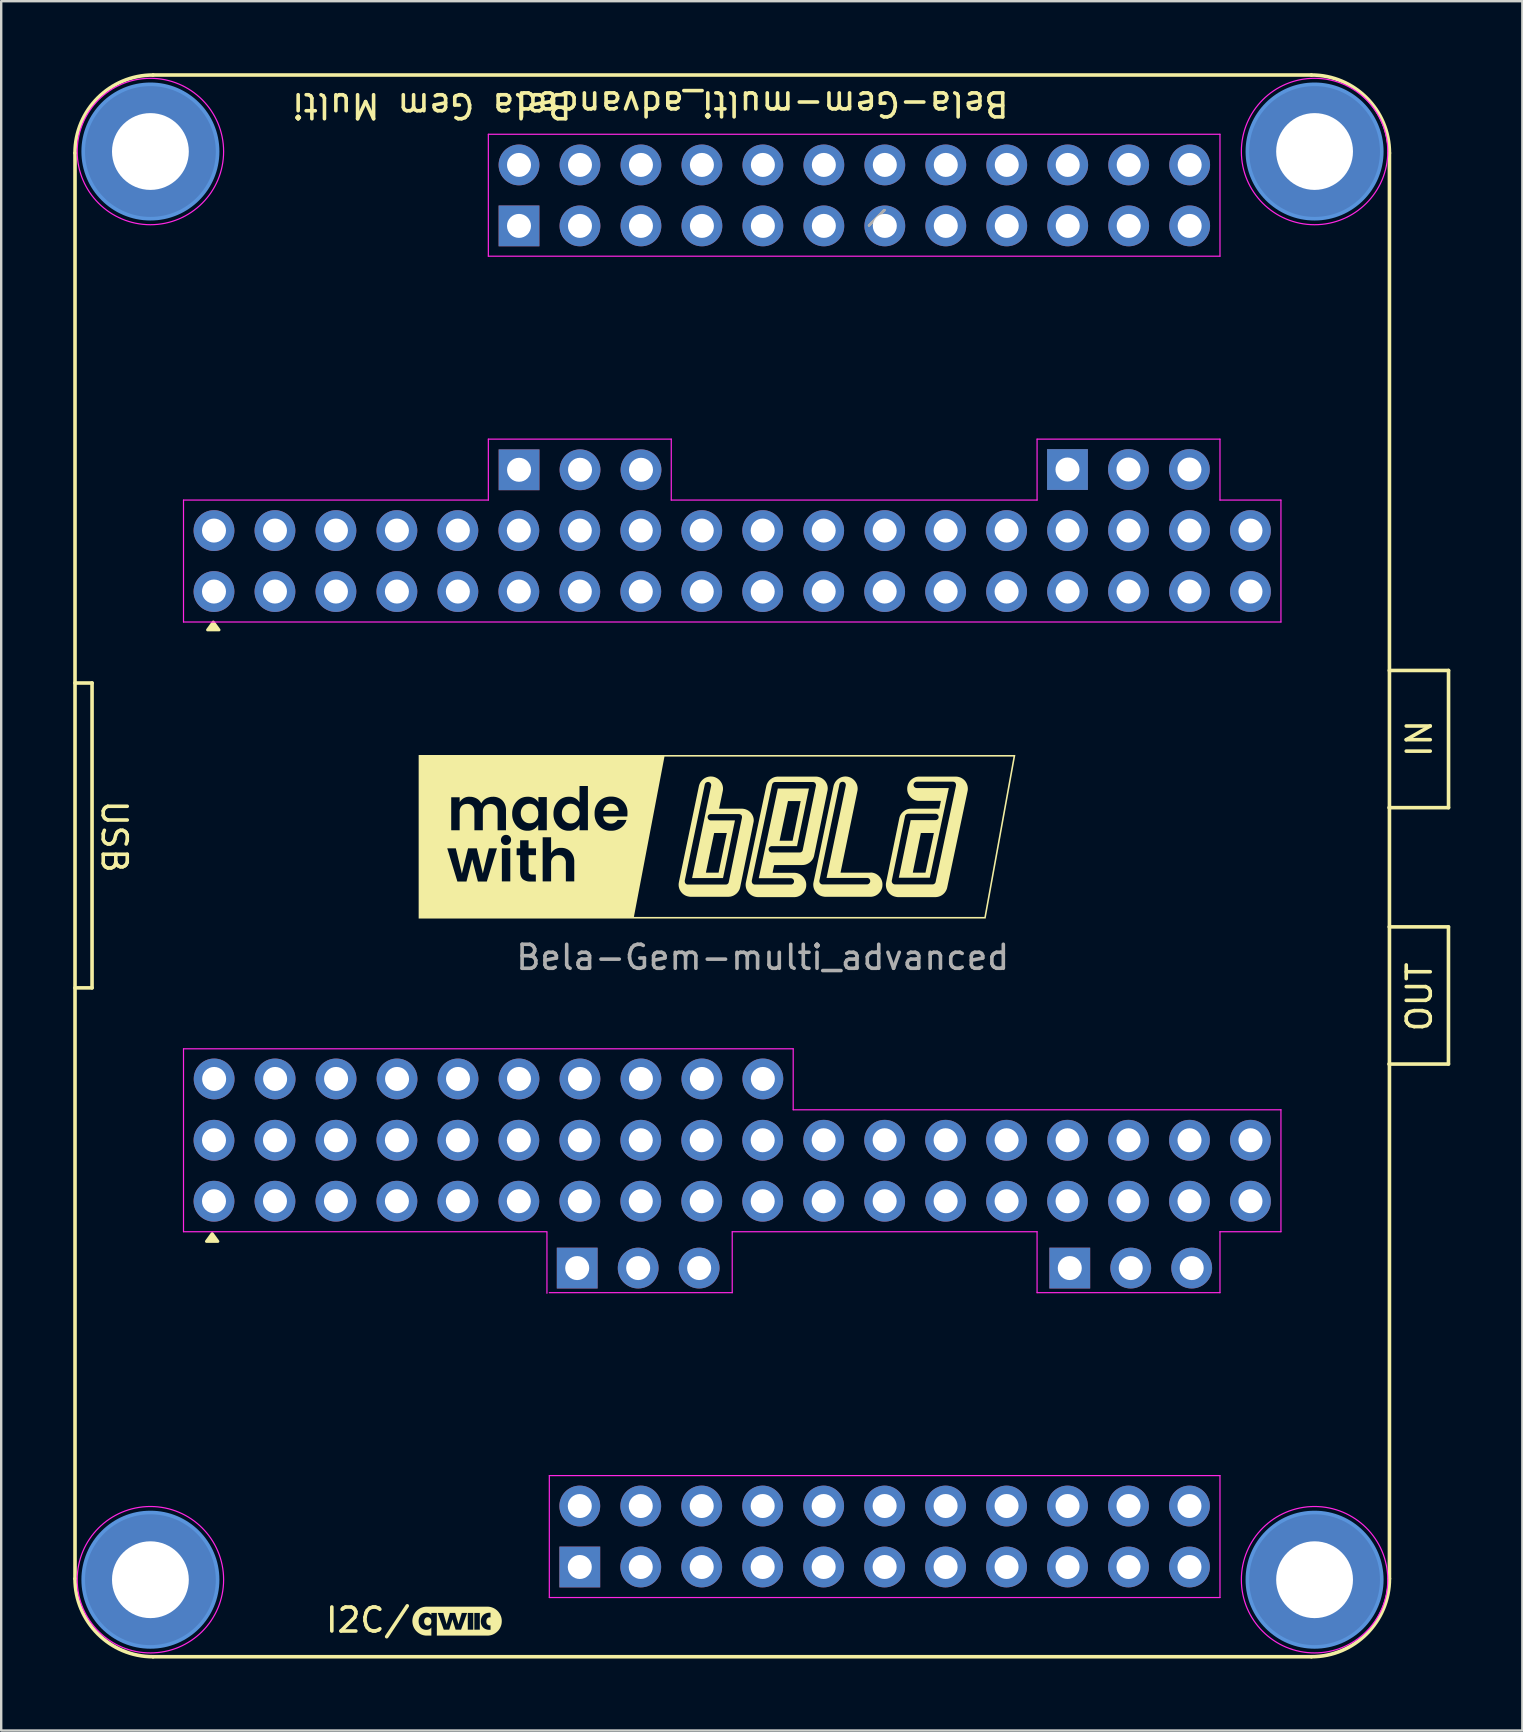
<source format=kicad_pcb>
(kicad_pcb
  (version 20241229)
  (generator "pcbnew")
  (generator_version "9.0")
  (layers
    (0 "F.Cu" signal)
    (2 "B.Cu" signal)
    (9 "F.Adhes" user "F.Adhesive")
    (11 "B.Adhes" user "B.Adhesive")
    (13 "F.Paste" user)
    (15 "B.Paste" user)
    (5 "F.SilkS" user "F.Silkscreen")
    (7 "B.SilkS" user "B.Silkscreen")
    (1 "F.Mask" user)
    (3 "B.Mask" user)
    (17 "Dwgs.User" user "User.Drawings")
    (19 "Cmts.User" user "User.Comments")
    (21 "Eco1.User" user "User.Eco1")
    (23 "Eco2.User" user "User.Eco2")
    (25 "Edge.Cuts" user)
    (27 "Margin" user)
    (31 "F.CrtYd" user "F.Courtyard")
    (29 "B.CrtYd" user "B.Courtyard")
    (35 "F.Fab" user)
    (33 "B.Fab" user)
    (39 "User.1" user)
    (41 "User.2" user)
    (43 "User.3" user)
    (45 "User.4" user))
  (footprint "Bela-Gem-multi_advanced"
    (layer "F.Cu")
    (at 28.725 31.754)
    (property "Reference" "Bela-Gem-multi_advanced" (at -0.025 -30.48 180) (unlocked yes) (layer "F.SilkS") (effects (font (size 1 1) (thickness 0.15))))
    (attr through_hole)
    (fp_line (start -28.65 30.966) (end -28.65 -28.429) (stroke (width 0.15) (type default)) (layer "F.SilkS"))
    (fp_line (start -27.94 -6.35) (end -28.65 -6.35) (stroke (width 0.15) (type default)) (layer "F.SilkS"))
    (fp_line (start -27.94 -6.35) (end -27.94 6.35) (stroke (width 0.15) (type default)) (layer "F.SilkS"))
    (fp_line (start -27.94 6.35) (end -28.65 6.35) (stroke (width 0.15) (type default)) (layer "F.SilkS"))
    (fp_line (start 22.86 -31.679) (end -25.4 -31.679) (stroke (width 0.15) (type default)) (layer "F.SilkS"))
    (fp_line (start 22.86 34.216) (end -25.4 34.216) (stroke (width 0.15) (type default)) (layer "F.SilkS"))
    (fp_line (start 26.101 3.81) (end 28.569 3.81) (stroke (width 0.15) (type default)) (layer "F.SilkS"))
    (fp_line (start 26.104 -6.871) (end 28.572 -6.871) (stroke (width 0.15) (type default)) (layer "F.SilkS"))
    (fp_line (start 26.11 30.966) (end 26.11 -28.429) (stroke (width 0.15) (type default)) (layer "F.SilkS"))
    (fp_line (start 28.569 3.81) (end 28.569 9.525) (stroke (width 0.15) (type default)) (layer "F.SilkS"))
    (fp_line (start 28.569 9.525) (end 26.09 9.525) (stroke (width 0.15) (type default)) (layer "F.SilkS"))
    (fp_line (start 28.572 -6.871) (end 28.572 -1.156) (stroke (width 0.15) (type default)) (layer "F.SilkS"))
    (fp_line (start 28.572 -1.156) (end 26.092 -1.156) (stroke (width 0.15) (type default)) (layer "F.SilkS"))
    (fp_arc (start -28.65 -28.429007) (mid -27.698097 -30.727104) (end -25.4 -31.679007) (stroke (width 0.15) (type default)) (layer "F.SilkS"))
    (fp_arc (start -25.4 34.216306) (mid -27.698097 33.264403) (end -28.65 30.966306) (stroke (width 0.15) (type default)) (layer "F.SilkS"))
    (fp_arc (start 22.86 -31.679007) (mid 25.158097 -30.727104) (end 26.11 -28.429007) (stroke (width 0.15) (type default)) (layer "F.SilkS"))
    (fp_arc (start 26.11 30.966306) (mid 25.158097 33.264403) (end 22.86 34.216306) (stroke (width 0.15) (type default)) (layer "F.SilkS"))
    (fp_poly (pts (xy -22.936 16.584) (xy -22.696 16.914) (xy -23.176 16.914)) (stroke (width 0.12) (type solid)) (fill yes) (layer "F.SilkS"))
    (fp_poly (pts (xy -22.889 -8.891) (xy -22.649 -8.561) (xy -23.129 -8.561)) (stroke (width 0.12) (type solid)) (fill yes) (layer "F.SilkS"))
    (fp_poly (pts (xy -6.337 -1.32) (xy -6.334 -1.32) (xy -6.33 -1.32) (xy -6.326 -1.32) (xy -6.323 -1.319) (xy -6.307 -1.319) (xy -6.291 -1.318) (xy -6.275 -1.317) (xy -6.26 -1.314) (xy -6.244 -1.312) (xy -6.229 -1.308) (xy -6.215 -1.304) (xy -6.2 -1.299) (xy -6.186 -1.294) (xy -6.172 -1.288) (xy -6.159 -1.282) (xy -6.146 -1.275) (xy -6.133 -1.267) (xy -6.121 -1.259) (xy -6.109 -1.25) (xy -6.098 -1.24) (xy -6.087 -1.23) (xy -6.076 -1.219) (xy -6.066 -1.208) (xy -6.057 -1.196) (xy -6.048 -1.183) (xy -6.04 -1.17) (xy -6.033 -1.157) (xy -6.026 -1.143) (xy -6.02 -1.129) (xy -6.014 -1.115) (xy -6.01 -1.1) (xy -6.006 -1.085) (xy -6.003 -1.069) (xy -6 -1.054) (xy -5.999 -1.038) (xy -5.998 -1.022) (xy -6.647 -1.022) (xy -6.645 -1.038) (xy -6.643 -1.053) (xy -6.64 -1.069) (xy -6.636 -1.084) (xy -6.631 -1.098) (xy -6.626 -1.113) (xy -6.62 -1.127) (xy -6.614 -1.141) (xy -6.606 -1.154) (xy -6.599 -1.167) (xy -6.59 -1.18) (xy -6.582 -1.193) (xy -6.572 -1.205) (xy -6.562 -1.217) (xy -6.552 -1.229) (xy -6.541 -1.24) (xy -6.531 -1.248) (xy -6.521 -1.257) (xy -6.51 -1.264) (xy -6.499 -1.272) (xy -6.488 -1.279) (xy -6.477 -1.285) (xy -6.465 -1.291) (xy -6.453 -1.296) (xy -6.441 -1.301) (xy -6.429 -1.306) (xy -6.416 -1.31) (xy -6.404 -1.313) (xy -6.391 -1.316) (xy -6.378 -1.318) (xy -6.365 -1.319) (xy -6.352 -1.32) (xy -6.352 -1.32) (xy -6.349 -1.32) (xy -6.345 -1.32) (xy -6.341 -1.32)) (stroke (width 0) (type solid)) (fill yes) (layer "F.SilkS"))
    (fp_poly (pts (xy -13.946 32.569) (xy -13.938 32.57) (xy -13.93 32.571) (xy -13.922 32.572) (xy -13.915 32.574) (xy -13.908 32.576) (xy -13.9 32.579) (xy -13.894 32.582) (xy -13.887 32.585) (xy -13.88 32.589) (xy -13.874 32.592) (xy -13.868 32.597) (xy -13.862 32.601) (xy -13.857 32.606) (xy -13.851 32.611) (xy -13.846 32.617) (xy -13.842 32.623) (xy -13.837 32.629) (xy -13.833 32.635) (xy -13.829 32.642) (xy -13.825 32.649) (xy -13.822 32.656) (xy -13.819 32.664) (xy -13.816 32.672) (xy -13.813 32.68) (xy -13.811 32.688) (xy -13.809 32.697) (xy -13.808 32.706) (xy -13.807 32.715) (xy -13.806 32.724) (xy -13.805 32.733) (xy -13.805 32.743) (xy -13.805 32.752) (xy -13.806 32.762) (xy -13.807 32.771) (xy -13.808 32.78) (xy -13.809 32.789) (xy -13.811 32.797) (xy -13.813 32.805) (xy -13.816 32.813) (xy -13.819 32.821) (xy -13.822 32.829) (xy -13.825 32.836) (xy -13.829 32.843) (xy -13.833 32.85) (xy -13.837 32.856) (xy -13.842 32.862) (xy -13.846 32.868) (xy -13.851 32.874) (xy -13.857 32.879) (xy -13.862 32.884) (xy -13.868 32.889) (xy -13.874 32.893) (xy -13.88 32.897) (xy -13.887 32.901) (xy -13.894 32.904) (xy -13.9 32.907) (xy -13.908 32.909) (xy -13.915 32.912) (xy -13.922 32.913) (xy -13.93 32.915) (xy -13.938 32.916) (xy -13.946 32.916) (xy -13.954 32.917) (xy -13.963 32.916) (xy -13.971 32.916) (xy -13.979 32.915) (xy -13.987 32.913) (xy -13.994 32.912) (xy -14.002 32.909) (xy -14.009 32.907) (xy -14.016 32.904) (xy -14.023 32.901) (xy -14.029 32.897) (xy -14.035 32.893) (xy -14.042 32.889) (xy -14.047 32.884) (xy -14.053 32.879) (xy -14.058 32.874) (xy -14.063 32.868) (xy -14.068 32.862) (xy -14.073 32.856) (xy -14.077 32.85) (xy -14.081 32.843) (xy -14.085 32.836) (xy -14.088 32.829) (xy -14.091 32.821) (xy -14.094 32.813) (xy -14.096 32.805) (xy -14.099 32.797) (xy -14.101 32.789) (xy -14.102 32.78) (xy -14.103 32.771) (xy -14.104 32.762) (xy -14.105 32.752) (xy -14.105 32.743) (xy -14.105 32.733) (xy -14.104 32.724) (xy -14.103 32.715) (xy -14.102 32.706) (xy -14.101 32.697) (xy -14.099 32.689) (xy -14.096 32.68) (xy -14.094 32.672) (xy -14.091 32.665) (xy -14.088 32.657) (xy -14.085 32.65) (xy -14.081 32.643) (xy -14.077 32.636) (xy -14.073 32.63) (xy -14.068 32.623) (xy -14.063 32.617) (xy -14.058 32.612) (xy -14.053 32.607) (xy -14.047 32.602) (xy -14.042 32.597) (xy -14.035 32.593) (xy -14.029 32.589) (xy -14.023 32.585) (xy -14.016 32.582) (xy -14.009 32.579) (xy -14.002 32.576) (xy -13.994 32.574) (xy -13.987 32.572) (xy -13.979 32.571) (xy -13.971 32.57) (xy -13.963 32.569) (xy -13.954 32.569)) (stroke (width 0) (type solid)) (fill yes) (layer "F.SilkS"))
    (fp_poly (pts (xy -9.697 -1.319) (xy -9.679 -1.317) (xy -9.661 -1.315) (xy -9.643 -1.312) (xy -9.625 -1.308) (xy -9.608 -1.303) (xy -9.591 -1.298) (xy -9.574 -1.291) (xy -9.558 -1.284) (xy -9.542 -1.276) (xy -9.527 -1.267) (xy -9.512 -1.258) (xy -9.498 -1.248) (xy -9.484 -1.237) (xy -9.47 -1.226) (xy -9.458 -1.213) (xy -9.444 -1.198) (xy -9.432 -1.183) (xy -9.42 -1.166) (xy -9.41 -1.149) (xy -9.4 -1.132) (xy -9.391 -1.114) (xy -9.382 -1.096) (xy -9.375 -1.077) (xy -9.369 -1.058) (xy -9.363 -1.038) (xy -9.359 -1.019) (xy -9.355 -0.999) (xy -9.353 -0.978) (xy -9.352 -0.958) (xy -9.351 -0.937) (xy -9.352 -0.916) (xy -9.35 -0.894) (xy -9.349 -0.872) (xy -9.35 -0.85) (xy -9.352 -0.829) (xy -9.354 -0.808) (xy -9.358 -0.788) (xy -9.363 -0.768) (xy -9.369 -0.749) (xy -9.376 -0.73) (xy -9.384 -0.711) (xy -9.393 -0.693) (xy -9.403 -0.676) (xy -9.414 -0.659) (xy -9.425 -0.643) (xy -9.438 -0.627) (xy -9.451 -0.612) (xy -9.464 -0.598) (xy -9.477 -0.586) (xy -9.491 -0.575) (xy -9.505 -0.564) (xy -9.52 -0.555) (xy -9.536 -0.546) (xy -9.551 -0.538) (xy -9.568 -0.531) (xy -9.584 -0.525) (xy -9.601 -0.52) (xy -9.619 -0.516) (xy -9.636 -0.512) (xy -9.654 -0.509) (xy -9.672 -0.507) (xy -9.691 -0.506) (xy -9.709 -0.506) (xy -9.728 -0.506) (xy -9.746 -0.508) (xy -9.764 -0.51) (xy -9.782 -0.513) (xy -9.8 -0.517) (xy -9.817 -0.522) (xy -9.834 -0.528) (xy -9.851 -0.535) (xy -9.867 -0.542) (xy -9.883 -0.551) (xy -9.898 -0.56) (xy -9.913 -0.57) (xy -9.927 -0.581) (xy -9.941 -0.592) (xy -9.954 -0.605) (xy -9.967 -0.618) (xy -9.98 -0.633) (xy -9.993 -0.649) (xy -10.004 -0.665) (xy -10.015 -0.682) (xy -10.025 -0.7) (xy -10.035 -0.718) (xy -10.043 -0.736) (xy -10.051 -0.755) (xy -10.057 -0.774) (xy -10.063 -0.793) (xy -10.068 -0.813) (xy -10.072 -0.833) (xy -10.075 -0.853) (xy -10.078 -0.874) (xy -10.079 -0.895) (xy -10.08 -0.916) (xy -10.08 -0.937) (xy -10.08 -0.958) (xy -10.078 -0.978) (xy -10.076 -0.999) (xy -10.073 -1.019) (xy -10.068 -1.038) (xy -10.063 -1.058) (xy -10.056 -1.077) (xy -10.049 -1.096) (xy -10.041 -1.114) (xy -10.032 -1.132) (xy -10.022 -1.149) (xy -10.011 -1.166) (xy -9.999 -1.183) (xy -9.987 -1.198) (xy -9.974 -1.213) (xy -9.961 -1.226) (xy -9.948 -1.237) (xy -9.934 -1.248) (xy -9.919 -1.258) (xy -9.905 -1.267) (xy -9.889 -1.276) (xy -9.873 -1.284) (xy -9.857 -1.291) (xy -9.84 -1.298) (xy -9.823 -1.303) (xy -9.806 -1.308) (xy -9.789 -1.312) (xy -9.771 -1.315) (xy -9.753 -1.317) (xy -9.734 -1.319) (xy -9.716 -1.319)) (stroke (width 0) (type solid)) (fill yes) (layer "F.SilkS"))
    (fp_poly (pts (xy -7.984 -1.319) (xy -7.966 -1.317) (xy -7.948 -1.315) (xy -7.93 -1.312) (xy -7.912 -1.308) (xy -7.895 -1.303) (xy -7.878 -1.298) (xy -7.861 -1.291) (xy -7.845 -1.284) (xy -7.829 -1.276) (xy -7.814 -1.267) (xy -7.799 -1.258) (xy -7.784 -1.248) (xy -7.771 -1.237) (xy -7.757 -1.226) (xy -7.745 -1.213) (xy -7.731 -1.198) (xy -7.719 -1.183) (xy -7.707 -1.166) (xy -7.695 -1.149) (xy -7.685 -1.132) (xy -7.675 -1.114) (xy -7.667 -1.096) (xy -7.659 -1.077) (xy -7.652 -1.058) (xy -7.646 -1.038) (xy -7.641 -1.019) (xy -7.637 -0.999) (xy -7.634 -0.978) (xy -7.632 -0.958) (xy -7.631 -0.937) (xy -7.632 -0.916) (xy -7.631 -0.894) (xy -7.632 -0.872) (xy -7.633 -0.85) (xy -7.636 -0.829) (xy -7.639 -0.808) (xy -7.644 -0.788) (xy -7.649 -0.768) (xy -7.656 -0.748) (xy -7.664 -0.729) (xy -7.672 -0.71) (xy -7.682 -0.691) (xy -7.693 -0.673) (xy -7.704 -0.655) (xy -7.717 -0.638) (xy -7.73 -0.621) (xy -7.745 -0.605) (xy -7.757 -0.592) (xy -7.771 -0.58) (xy -7.784 -0.568) (xy -7.799 -0.558) (xy -7.814 -0.548) (xy -7.829 -0.54) (xy -7.845 -0.532) (xy -7.861 -0.525) (xy -7.878 -0.519) (xy -7.895 -0.513) (xy -7.912 -0.509) (xy -7.93 -0.505) (xy -7.948 -0.503) (xy -7.966 -0.501) (xy -7.984 -0.499) (xy -8.002 -0.499) (xy -8.021 -0.5) (xy -8.039 -0.501) (xy -8.057 -0.503) (xy -8.075 -0.506) (xy -8.093 -0.511) (xy -8.11 -0.515) (xy -8.127 -0.521) (xy -8.143 -0.528) (xy -8.159 -0.536) (xy -8.174 -0.544) (xy -8.189 -0.553) (xy -8.203 -0.563) (xy -8.217 -0.574) (xy -8.23 -0.586) (xy -8.242 -0.598) (xy -8.254 -0.612) (xy -8.268 -0.627) (xy -8.282 -0.643) (xy -8.294 -0.659) (xy -8.306 -0.676) (xy -8.316 -0.693) (xy -8.326 -0.711) (xy -8.335 -0.729) (xy -8.342 -0.748) (xy -8.349 -0.767) (xy -8.355 -0.787) (xy -8.359 -0.806) (xy -8.363 -0.826) (xy -8.365 -0.847) (xy -8.367 -0.867) (xy -8.367 -0.888) (xy -8.366 -0.909) (xy -8.367 -0.93) (xy -8.367 -0.951) (xy -8.365 -0.972) (xy -8.363 -0.992) (xy -8.359 -1.012) (xy -8.355 -1.032) (xy -8.35 -1.051) (xy -8.343 -1.07) (xy -8.336 -1.089) (xy -8.328 -1.107) (xy -8.319 -1.125) (xy -8.309 -1.143) (xy -8.298 -1.16) (xy -8.286 -1.176) (xy -8.274 -1.192) (xy -8.26 -1.207) (xy -8.248 -1.22) (xy -8.234 -1.233) (xy -8.221 -1.244) (xy -8.206 -1.255) (xy -8.191 -1.265) (xy -8.176 -1.274) (xy -8.16 -1.283) (xy -8.144 -1.29) (xy -8.127 -1.297) (xy -8.11 -1.303) (xy -8.093 -1.308) (xy -8.075 -1.312) (xy -8.057 -1.315) (xy -8.039 -1.317) (xy -8.021 -1.319) (xy -8.002 -1.319)) (stroke (width 0) (type solid)) (fill yes) (layer "F.SilkS"))
    (fp_poly (pts (xy 3.477 -2.454) (xy 3.502 -2.452) (xy 3.528 -2.449) (xy 3.553 -2.444) (xy 3.578 -2.438) (xy 3.603 -2.43) (xy 3.627 -2.422) (xy 3.65 -2.412) (xy 3.673 -2.401) (xy 3.695 -2.389) (xy 3.716 -2.377) (xy 3.737 -2.363) (xy 3.757 -2.348) (xy 3.776 -2.332) (xy 3.794 -2.316) (xy 3.811 -2.299) (xy 3.828 -2.281) (xy 3.844 -2.262) (xy 3.858 -2.242) (xy 3.872 -2.222) (xy 3.885 -2.201) (xy 3.897 -2.18) (xy 3.908 -2.158) (xy 3.918 -2.136) (xy 3.926 -2.113) (xy 3.934 -2.09) (xy 3.94 -2.066) (xy 3.946 -2.042) (xy 3.95 -2.018) (xy 3.953 -1.993) (xy 3.954 -1.968) (xy 3.955 -1.943) (xy 3.954 -1.918) (xy 3.952 -1.893) (xy 3.948 -1.867) (xy 3.943 -1.842) (xy 3.242 1.551) (xy 4.466 1.551) (xy 4.469 1.551) (xy 4.472 1.551) (xy 4.476 1.551) (xy 4.478 1.551) (xy 4.48 1.551) (xy 4.482 1.55) (xy 4.484 1.55) (xy 4.487 1.549) (xy 4.489 1.549) (xy 4.492 1.548) (xy 4.494 1.547) (xy 4.497 1.546) (xy 4.499 1.545) (xy 4.525 1.546) (xy 4.55 1.549) (xy 4.576 1.553) (xy 4.6 1.558) (xy 4.625 1.564) (xy 4.648 1.572) (xy 4.672 1.58) (xy 4.695 1.59) (xy 4.717 1.601) (xy 4.738 1.613) (xy 4.759 1.626) (xy 4.779 1.64) (xy 4.799 1.655) (xy 4.818 1.67) (xy 4.836 1.687) (xy 4.853 1.704) (xy 4.869 1.723) (xy 4.885 1.742) (xy 4.899 1.761) (xy 4.913 1.782) (xy 4.925 1.803) (xy 4.937 1.824) (xy 4.947 1.847) (xy 4.957 1.869) (xy 4.965 1.893) (xy 4.972 1.917) (xy 4.978 1.941) (xy 4.983 1.965) (xy 4.986 1.99) (xy 4.988 2.016) (xy 4.989 2.041) (xy 4.988 2.067) (xy 4.987 2.093) (xy 4.985 2.119) (xy 4.981 2.144) (xy 4.976 2.169) (xy 4.969 2.193) (xy 4.962 2.217) (xy 4.953 2.24) (xy 4.943 2.263) (xy 4.932 2.285) (xy 4.92 2.307) (xy 4.907 2.328) (xy 4.893 2.348) (xy 4.879 2.367) (xy 4.863 2.386) (xy 4.846 2.404) (xy 4.829 2.421) (xy 4.811 2.438) (xy 4.792 2.453) (xy 4.772 2.467) (xy 4.752 2.481) (xy 4.731 2.494) (xy 4.709 2.505) (xy 4.687 2.516) (xy 4.664 2.525) (xy 4.641 2.533) (xy 4.617 2.54) (xy 4.593 2.546) (xy 4.568 2.551) (xy 4.543 2.554) (xy 4.518 2.557) (xy 4.492 2.557) (xy 4.466 2.557) (xy 2.614 2.557) (xy 2.606 2.557) (xy 2.599 2.557) (xy 2.592 2.556) (xy 2.585 2.556) (xy 2.572 2.554) (xy 2.558 2.553) (xy 2.546 2.551) (xy 2.533 2.548) (xy 2.508 2.544) (xy 2.483 2.538) (xy 2.458 2.531) (xy 2.434 2.523) (xy 2.411 2.514) (xy 2.388 2.504) (xy 2.366 2.492) (xy 2.345 2.48) (xy 2.324 2.466) (xy 2.304 2.452) (xy 2.285 2.437) (xy 2.267 2.421) (xy 2.25 2.403) (xy 2.233 2.386) (xy 2.217 2.367) (xy 2.203 2.348) (xy 2.189 2.328) (xy 2.176 2.307) (xy 2.164 2.286) (xy 2.153 2.264) (xy 2.144 2.242) (xy 2.135 2.219) (xy 2.127 2.196) (xy 2.121 2.172) (xy 2.115 2.148) (xy 2.111 2.124) (xy 2.108 2.099) (xy 2.107 2.075) (xy 2.106 2.05) (xy 2.107 2.024) (xy 2.109 1.999) (xy 2.113 1.974) (xy 2.118 1.948) (xy 2.127 1.905) (xy 2.36 1.905) (xy 2.36 1.913) (xy 2.361 1.92) (xy 2.362 1.927) (xy 2.363 1.934) (xy 2.365 1.941) (xy 2.367 1.948) (xy 2.37 1.955) (xy 2.373 1.962) (xy 2.376 1.969) (xy 2.38 1.975) (xy 2.384 1.982) (xy 2.389 1.988) (xy 2.394 1.994) (xy 2.399 2) (xy 2.405 2.005) (xy 2.411 2.01) (xy 2.417 2.015) (xy 2.424 2.019) (xy 2.43 2.023) (xy 2.437 2.027) (xy 2.444 2.03) (xy 2.451 2.033) (xy 2.458 2.035) (xy 2.465 2.037) (xy 2.473 2.039) (xy 2.48 2.04) (xy 2.487 2.041) (xy 2.495 2.041) (xy 4.34 2.041) (xy 4.347 2.041) (xy 4.354 2.04) (xy 4.361 2.039) (xy 4.367 2.038) (xy 4.374 2.036) (xy 4.38 2.034) (xy 4.386 2.032) (xy 4.393 2.029) (xy 4.399 2.027) (xy 4.405 2.023) (xy 4.411 2.02) (xy 4.416 2.016) (xy 4.422 2.012) (xy 4.427 2.008) (xy 4.432 2.003) (xy 4.437 1.999) (xy 4.442 1.994) (xy 4.446 1.989) (xy 4.45 1.983) (xy 4.454 1.978) (xy 4.458 1.972) (xy 4.462 1.966) (xy 4.465 1.96) (xy 4.468 1.954) (xy 4.47 1.948) (xy 4.473 1.942) (xy 4.475 1.935) (xy 4.476 1.929) (xy 4.477 1.922) (xy 4.478 1.916) (xy 4.479 1.909) (xy 4.479 1.902) (xy 4.479 1.895) (xy 4.478 1.889) (xy 4.478 1.882) (xy 4.476 1.875) (xy 4.475 1.869) (xy 4.473 1.863) (xy 4.471 1.857) (xy 4.469 1.851) (xy 4.466 1.845) (xy 4.463 1.839) (xy 4.46 1.834) (xy 4.456 1.828) (xy 4.453 1.823) (xy 4.449 1.818) (xy 4.445 1.813) (xy 4.44 1.809) (xy 4.436 1.804) (xy 4.431 1.8) (xy 4.426 1.796) (xy 4.421 1.792) (xy 4.415 1.789) (xy 4.41 1.786) (xy 4.404 1.783) (xy 4.398 1.78) (xy 4.392 1.778) (xy 4.386 1.776) (xy 4.38 1.774) (xy 4.373 1.772) (xy 4.367 1.771) (xy 4.36 1.77) (xy 4.354 1.77) (xy 4.347 1.77) (xy 2.66 1.77) (xy 3.461 -2.073) (xy 3.462 -2.08) (xy 3.462 -2.087) (xy 3.463 -2.094) (xy 3.463 -2.101) (xy 3.462 -2.107) (xy 3.462 -2.114) (xy 3.461 -2.121) (xy 3.46 -2.127) (xy 3.458 -2.133) (xy 3.456 -2.14) (xy 3.454 -2.146) (xy 3.452 -2.152) (xy 3.449 -2.158) (xy 3.446 -2.164) (xy 3.443 -2.17) (xy 3.44 -2.175) (xy 3.436 -2.18) (xy 3.432 -2.186) (xy 3.428 -2.191) (xy 3.424 -2.195) (xy 3.419 -2.2) (xy 3.414 -2.204) (xy 3.409 -2.208) (xy 3.404 -2.212) (xy 3.398 -2.216) (xy 3.393 -2.219) (xy 3.387 -2.222) (xy 3.381 -2.225) (xy 3.374 -2.227) (xy 3.368 -2.229) (xy 3.361 -2.231) (xy 3.355 -2.232) (xy 3.348 -2.233) (xy 3.341 -2.234) (xy 3.334 -2.234) (xy 3.328 -2.234) (xy 3.321 -2.234) (xy 3.314 -2.234) (xy 3.308 -2.233) (xy 3.301 -2.231) (xy 3.295 -2.23) (xy 3.288 -2.228) (xy 3.282 -2.226) (xy 3.276 -2.224) (xy 3.27 -2.221) (xy 3.264 -2.218) (xy 3.259 -2.215) (xy 3.253 -2.211) (xy 3.248 -2.208) (xy 3.243 -2.204) (xy 3.238 -2.2) (xy 3.233 -2.195) (xy 3.228 -2.191) (xy 3.224 -2.186) (xy 3.22 -2.181) (xy 3.216 -2.175) (xy 3.213 -2.17) (xy 3.209 -2.164) (xy 3.206 -2.158) (xy 3.204 -2.152) (xy 3.201 -2.146) (xy 3.199 -2.14) (xy 3.197 -2.133) (xy 3.196 -2.126) (xy 2.363 1.876) (xy 2.361 1.883) (xy 2.361 1.89) (xy 2.36 1.898) (xy 2.36 1.905) (xy 2.127 1.905) (xy 2.951 -2.054) (xy 2.957 -2.079) (xy 2.965 -2.103) (xy 2.973 -2.127) (xy 2.983 -2.151) (xy 2.994 -2.173) (xy 3.006 -2.195) (xy 3.018 -2.217) (xy 3.032 -2.237) (xy 3.047 -2.257) (xy 3.063 -2.276) (xy 3.079 -2.294) (xy 3.096 -2.312) (xy 3.114 -2.328) (xy 3.133 -2.344) (xy 3.153 -2.359) (xy 3.173 -2.373) (xy 3.194 -2.386) (xy 3.215 -2.397) (xy 3.237 -2.408) (xy 3.259 -2.418) (xy 3.282 -2.427) (xy 3.305 -2.434) (xy 3.329 -2.441) (xy 3.353 -2.446) (xy 3.377 -2.45) (xy 3.402 -2.453) (xy 3.427 -2.455) (xy 3.452 -2.455)) (stroke (width 0) (type solid)) (fill yes) (layer "F.SilkS"))
    (fp_poly (pts (xy -2.132 -2.454) (xy -2.107 -2.452) (xy -2.081 -2.449) (xy -2.056 -2.444) (xy -2.031 -2.438) (xy -2.006 -2.43) (xy -1.982 -2.422) (xy -1.959 -2.412) (xy -1.936 -2.401) (xy -1.914 -2.389) (xy -1.893 -2.377) (xy -1.872 -2.363) (xy -1.852 -2.348) (xy -1.833 -2.332) (xy -1.815 -2.316) (xy -1.798 -2.299) (xy -1.781 -2.281) (xy -1.765 -2.262) (xy -1.751 -2.242) (xy -1.737 -2.222) (xy -1.724 -2.201) (xy -1.712 -2.18) (xy -1.701 -2.158) (xy -1.692 -2.136) (xy -1.683 -2.113) (xy -1.675 -2.09) (xy -1.669 -2.066) (xy -1.664 -2.042) (xy -1.659 -2.018) (xy -1.656 -1.993) (xy -1.655 -1.968) (xy -1.654 -1.943) (xy -1.655 -1.918) (xy -1.657 -1.893) (xy -1.661 -1.867) (xy -1.666 -1.842) (xy -1.818 -1.114) (xy -0.879 -1.114) (xy -0.85 -1.114) (xy -0.822 -1.111) (xy -0.794 -1.107) (xy -0.766 -1.102) (xy -0.739 -1.095) (xy -0.712 -1.087) (xy -0.686 -1.077) (xy -0.66 -1.066) (xy -0.635 -1.054) (xy -0.611 -1.04) (xy -0.587 -1.025) (xy -0.564 -1.008) (xy -0.542 -0.99) (xy -0.521 -0.971) (xy -0.501 -0.951) (xy -0.482 -0.929) (xy -0.482 -0.929) (xy -0.465 -0.906) (xy -0.45 -0.883) (xy -0.435 -0.859) (xy -0.423 -0.834) (xy -0.411 -0.809) (xy -0.401 -0.784) (xy -0.393 -0.758) (xy -0.386 -0.731) (xy -0.38 -0.705) (xy -0.377 -0.678) (xy -0.374 -0.652) (xy -0.374 -0.625) (xy -0.375 -0.598) (xy -0.378 -0.572) (xy -0.383 -0.545) (xy -0.389 -0.519) (xy -0.938 2.153) (xy -0.943 2.175) (xy -0.949 2.196) (xy -0.955 2.217) (xy -0.963 2.237) (xy -0.971 2.257) (xy -0.981 2.277) (xy -0.991 2.296) (xy -1.002 2.314) (xy -1.013 2.332) (xy -1.026 2.349) (xy -1.053 2.383) (xy -1.082 2.414) (xy -1.114 2.442) (xy -1.149 2.467) (xy -1.185 2.49) (xy -1.223 2.51) (xy -1.243 2.519) (xy -1.263 2.526) (xy -1.283 2.533) (xy -1.304 2.539) (xy -1.325 2.545) (xy -1.346 2.549) (xy -1.368 2.552) (xy -1.39 2.555) (xy -1.412 2.556) (xy -1.434 2.557) (xy -2.995 2.557) (xy -3.003 2.557) (xy -3.01 2.557) (xy -3.017 2.556) (xy -3.024 2.556) (xy -3.038 2.554) (xy -3.051 2.553) (xy -3.064 2.551) (xy -3.076 2.548) (xy -3.101 2.544) (xy -3.126 2.538) (xy -3.151 2.531) (xy -3.175 2.523) (xy -3.198 2.514) (xy -3.221 2.504) (xy -3.243 2.492) (xy -3.264 2.48) (xy -3.285 2.466) (xy -3.305 2.452) (xy -3.324 2.437) (xy -3.342 2.421) (xy -3.36 2.403) (xy -3.376 2.386) (xy -3.392 2.367) (xy -3.406 2.348) (xy -3.42 2.328) (xy -3.433 2.307) (xy -3.445 2.286) (xy -3.456 2.264) (xy -3.466 2.242) (xy -3.474 2.219) (xy -3.482 2.196) (xy -3.488 2.172) (xy -3.494 2.148) (xy -3.498 2.124) (xy -3.501 2.099) (xy -3.502 2.075) (xy -3.503 2.05) (xy -3.502 2.024) (xy -3.5 1.999) (xy -3.496 1.974) (xy -3.491 1.948) (xy -3.478 1.882) (xy -3.247 1.882) (xy -3.247 1.915) (xy -3.246 1.923) (xy -3.246 1.93) (xy -3.245 1.937) (xy -3.244 1.944) (xy -3.242 1.95) (xy -3.241 1.957) (xy -3.239 1.963) (xy -3.236 1.969) (xy -3.234 1.975) (xy -3.231 1.981) (xy -3.227 1.987) (xy -3.224 1.992) (xy -3.22 1.997) (xy -3.216 2.002) (xy -3.212 2.007) (xy -3.208 2.011) (xy -3.203 2.015) (xy -3.198 2.019) (xy -3.193 2.023) (xy -3.188 2.027) (xy -3.183 2.03) (xy -3.177 2.033) (xy -3.172 2.036) (xy -3.166 2.038) (xy -3.16 2.04) (xy -3.154 2.042) (xy -3.147 2.044) (xy -3.141 2.045) (xy -3.134 2.046) (xy -3.128 2.047) (xy -3.121 2.047) (xy -3.114 2.047) (xy -1.547 2.047) (xy -1.541 2.047) (xy -1.534 2.047) (xy -1.528 2.046) (xy -1.523 2.046) (xy -1.517 2.045) (xy -1.511 2.043) (xy -1.505 2.042) (xy -1.5 2.04) (xy -1.495 2.038) (xy -1.489 2.036) (xy -1.484 2.034) (xy -1.479 2.031) (xy -1.474 2.029) (xy -1.47 2.026) (xy -1.465 2.023) (xy -1.461 2.019) (xy -1.456 2.016) (xy -1.452 2.012) (xy -1.448 2.008) (xy -1.445 2.004) (xy -1.441 2) (xy -1.438 1.996) (xy -1.434 1.991) (xy -1.431 1.986) (xy -1.429 1.981) (xy -1.426 1.976) (xy -1.423 1.971) (xy -1.421 1.965) (xy -1.419 1.96) (xy -1.417 1.954) (xy -1.416 1.948) (xy -1.414 1.942) (xy -0.865 -0.731) (xy -0.865 -0.731) (xy -0.864 -0.738) (xy -0.864 -0.745) (xy -0.863 -0.753) (xy -0.863 -0.76) (xy -0.863 -0.768) (xy -0.864 -0.775) (xy -0.864 -0.782) (xy -0.865 -0.789) (xy -0.867 -0.796) (xy -0.869 -0.803) (xy -0.871 -0.81) (xy -0.873 -0.817) (xy -0.875 -0.824) (xy -0.878 -0.83) (xy -0.882 -0.837) (xy -0.885 -0.843) (xy -0.89 -0.848) (xy -0.896 -0.853) (xy -0.901 -0.857) (xy -0.907 -0.861) (xy -0.914 -0.866) (xy -0.92 -0.869) (xy -0.926 -0.873) (xy -0.933 -0.876) (xy -0.94 -0.879) (xy -0.947 -0.882) (xy -0.954 -0.884) (xy -0.962 -0.886) (xy -0.969 -0.887) (xy -0.976 -0.888) (xy -0.984 -0.889) (xy -0.991 -0.889) (xy -2.162 -0.889) (xy -2.169 -0.889) (xy -2.175 -0.889) (xy -2.182 -0.888) (xy -2.188 -0.887) (xy -2.195 -0.885) (xy -2.201 -0.883) (xy -2.207 -0.881) (xy -2.213 -0.879) (xy -2.219 -0.876) (xy -2.225 -0.873) (xy -2.23 -0.87) (xy -2.236 -0.867) (xy -2.241 -0.863) (xy -2.246 -0.859) (xy -2.251 -0.855) (xy -2.255 -0.851) (xy -2.26 -0.846) (xy -2.264 -0.841) (xy -2.268 -0.836) (xy -2.271 -0.831) (xy -2.275 -0.826) (xy -2.278 -0.82) (xy -2.281 -0.814) (xy -2.284 -0.808) (xy -2.286 -0.802) (xy -2.288 -0.796) (xy -2.29 -0.79) (xy -2.291 -0.784) (xy -2.293 -0.777) (xy -2.293 -0.771) (xy -2.294 -0.764) (xy -2.294 -0.757) (xy -2.294 -0.75) (xy -2.293 -0.744) (xy -2.293 -0.737) (xy -2.291 -0.731) (xy -2.29 -0.724) (xy -2.288 -0.718) (xy -2.286 -0.712) (xy -2.284 -0.706) (xy -2.281 -0.7) (xy -2.278 -0.694) (xy -2.275 -0.689) (xy -2.271 -0.683) (xy -2.268 -0.678) (xy -2.264 -0.673) (xy -2.26 -0.668) (xy -2.255 -0.664) (xy -2.251 -0.659) (xy -2.246 -0.655) (xy -2.241 -0.651) (xy -2.236 -0.647) (xy -2.23 -0.644) (xy -2.225 -0.641) (xy -2.219 -0.638) (xy -2.213 -0.635) (xy -2.207 -0.633) (xy -2.201 -0.631) (xy -2.195 -0.629) (xy -2.188 -0.627) (xy -2.182 -0.626) (xy -2.175 -0.625) (xy -2.169 -0.625) (xy -2.162 -0.625) (xy -1.156 -0.625) (xy -1.653 1.776) (xy -2.942 1.776) (xy -2.896 1.551) (xy -2.367 1.551) (xy -1.838 1.551) (xy -1.494 -0.102) (xy -2.023 -0.102) (xy -2.367 1.551) (xy -2.896 1.551) (xy -2.149 -2.067) (xy -2.148 -2.074) (xy -2.147 -2.08) (xy -2.146 -2.087) (xy -2.146 -2.094) (xy -2.147 -2.101) (xy -2.147 -2.107) (xy -2.148 -2.114) (xy -2.149 -2.12) (xy -2.151 -2.127) (xy -2.153 -2.133) (xy -2.155 -2.139) (xy -2.157 -2.145) (xy -2.16 -2.151) (xy -2.163 -2.157) (xy -2.166 -2.163) (xy -2.169 -2.168) (xy -2.173 -2.174) (xy -2.177 -2.179) (xy -2.181 -2.184) (xy -2.186 -2.189) (xy -2.19 -2.193) (xy -2.195 -2.197) (xy -2.2 -2.202) (xy -2.205 -2.205) (xy -2.211 -2.209) (xy -2.217 -2.212) (xy -2.222 -2.215) (xy -2.228 -2.218) (xy -2.235 -2.22) (xy -2.241 -2.222) (xy -2.248 -2.224) (xy -2.254 -2.226) (xy -2.261 -2.227) (xy -2.268 -2.227) (xy -2.275 -2.228) (xy -2.282 -2.228) (xy -2.288 -2.227) (xy -2.295 -2.227) (xy -2.302 -2.226) (xy -2.308 -2.225) (xy -2.315 -2.223) (xy -2.321 -2.221) (xy -2.327 -2.219) (xy -2.333 -2.217) (xy -2.339 -2.214) (xy -2.345 -2.211) (xy -2.351 -2.208) (xy -2.356 -2.205) (xy -2.362 -2.201) (xy -2.367 -2.197) (xy -2.372 -2.193) (xy -2.376 -2.189) (xy -2.381 -2.184) (xy -2.385 -2.179) (xy -2.389 -2.174) (xy -2.393 -2.169) (xy -2.397 -2.163) (xy -2.4 -2.158) (xy -2.403 -2.152) (xy -2.406 -2.146) (xy -2.408 -2.139) (xy -2.41 -2.133) (xy -2.412 -2.126) (xy -2.413 -2.12) (xy -3.247 1.882) (xy -3.478 1.882) (xy -2.658 -2.054) (xy -2.652 -2.079) (xy -2.644 -2.103) (xy -2.636 -2.127) (xy -2.626 -2.151) (xy -2.615 -2.173) (xy -2.604 -2.195) (xy -2.591 -2.217) (xy -2.577 -2.237) (xy -2.562 -2.257) (xy -2.547 -2.276) (xy -2.53 -2.294) (xy -2.513 -2.312) (xy -2.495 -2.328) (xy -2.476 -2.344) (xy -2.457 -2.359) (xy -2.436 -2.373) (xy -2.416 -2.386) (xy -2.394 -2.397) (xy -2.372 -2.408) (xy -2.35 -2.418) (xy -2.327 -2.427) (xy -2.304 -2.434) (xy -2.28 -2.441) (xy -2.256 -2.446) (xy -2.232 -2.45) (xy -2.207 -2.453) (xy -2.182 -2.455) (xy -2.157 -2.455)) (stroke (width 0) (type solid)) (fill yes) (layer "F.SilkS"))
    (fp_poly (pts (xy -11.444 32.131) (xy -11.413 32.133) (xy -11.383 32.137) (xy -11.353 32.142) (xy -11.324 32.149) (xy -11.295 32.157) (xy -11.267 32.167) (xy -11.24 32.177) (xy -11.213 32.189) (xy -11.187 32.203) (xy -11.162 32.217) (xy -11.137 32.233) (xy -11.114 32.25) (xy -11.091 32.268) (xy -11.069 32.287) (xy -11.048 32.307) (xy -11.028 32.328) (xy -11.009 32.35) (xy -10.991 32.372) (xy -10.974 32.396) (xy -10.959 32.421) (xy -10.944 32.446) (xy -10.931 32.472) (xy -10.919 32.499) (xy -10.908 32.526) (xy -10.898 32.554) (xy -10.89 32.583) (xy -10.883 32.612) (xy -10.878 32.642) (xy -10.874 32.672) (xy -10.872 32.703) (xy -10.871 32.734) (xy -10.871 32.734) (xy -10.872 32.765) (xy -10.874 32.795) (xy -10.878 32.826) (xy -10.883 32.855) (xy -10.89 32.884) (xy -10.898 32.913) (xy -10.908 32.941) (xy -10.919 32.969) (xy -10.931 32.995) (xy -10.944 33.021) (xy -10.959 33.047) (xy -10.974 33.071) (xy -10.991 33.095) (xy -11.009 33.118) (xy -11.028 33.14) (xy -11.048 33.16) (xy -11.069 33.18) (xy -11.091 33.199) (xy -11.114 33.217) (xy -11.137 33.234) (xy -11.162 33.25) (xy -11.187 33.264) (xy -11.213 33.278) (xy -11.24 33.29) (xy -11.267 33.301) (xy -11.295 33.31) (xy -11.324 33.318) (xy -11.353 33.325) (xy -11.383 33.33) (xy -11.413 33.334) (xy -11.444 33.337) (xy -11.475 33.337) (xy -13.576 33.337) (xy -13.576 32.392) (xy -13.54 32.392) (xy -13.287 33.088) (xy -13.06 33.088) (xy -12.926 32.658) (xy -12.794 33.088) (xy -12.567 33.088) (xy -12.287 33.088) (xy -12.059 33.088) (xy -12.013 33.088) (xy -11.785 33.088) (xy -11.785 32.743) (xy -11.744 32.743) (xy -11.744 32.763) (xy -11.742 32.782) (xy -11.74 32.801) (xy -11.738 32.819) (xy -11.734 32.837) (xy -11.729 32.854) (xy -11.724 32.871) (xy -11.718 32.888) (xy -11.712 32.903) (xy -11.704 32.919) (xy -11.696 32.934) (xy -11.688 32.948) (xy -11.678 32.961) (xy -11.668 32.974) (xy -11.657 32.987) (xy -11.646 32.999) (xy -11.634 33.01) (xy -11.621 33.021) (xy -11.608 33.031) (xy -11.594 33.04) (xy -11.58 33.048) (xy -11.565 33.056) (xy -11.549 33.064) (xy -11.533 33.07) (xy -11.516 33.076) (xy -11.499 33.081) (xy -11.482 33.085) (xy -11.463 33.089) (xy -11.445 33.092) (xy -11.426 33.094) (xy -11.406 33.095) (xy -11.386 33.095) (xy -11.38 33.095) (xy -11.374 33.095) (xy -11.368 33.095) (xy -11.363 33.095) (xy -11.357 33.094) (xy -11.351 33.094) (xy -11.339 33.093) (xy -11.339 32.907) (xy -11.344 32.907) (xy -11.348 32.908) (xy -11.352 32.909) (xy -11.357 32.909) (xy -11.361 32.91) (xy -11.366 32.91) (xy -11.37 32.91) (xy -11.375 32.91) (xy -11.382 32.91) (xy -11.39 32.909) (xy -11.397 32.908) (xy -11.404 32.907) (xy -11.411 32.905) (xy -11.418 32.903) (xy -11.425 32.901) (xy -11.431 32.898) (xy -11.438 32.895) (xy -11.444 32.892) (xy -11.449 32.888) (xy -11.455 32.884) (xy -11.46 32.879) (xy -11.466 32.874) (xy -11.47 32.869) (xy -11.475 32.864) (xy -11.48 32.858) (xy -11.484 32.852) (xy -11.488 32.846) (xy -11.492 32.84) (xy -11.495 32.833) (xy -11.498 32.826) (xy -11.501 32.818) (xy -11.504 32.811) (xy -11.506 32.803) (xy -11.508 32.795) (xy -11.51 32.787) (xy -11.511 32.778) (xy -11.513 32.76) (xy -11.514 32.742) (xy -11.514 32.732) (xy -11.513 32.723) (xy -11.512 32.714) (xy -11.511 32.706) (xy -11.51 32.697) (xy -11.508 32.689) (xy -11.506 32.681) (xy -11.504 32.673) (xy -11.501 32.665) (xy -11.498 32.658) (xy -11.495 32.651) (xy -11.492 32.644) (xy -11.488 32.638) (xy -11.484 32.631) (xy -11.48 32.625) (xy -11.475 32.62) (xy -11.47 32.614) (xy -11.466 32.609) (xy -11.46 32.604) (xy -11.455 32.6) (xy -11.449 32.596) (xy -11.444 32.592) (xy -11.438 32.588) (xy -11.431 32.585) (xy -11.425 32.582) (xy -11.418 32.58) (xy -11.411 32.578) (xy -11.404 32.576) (xy -11.397 32.575) (xy -11.39 32.574) (xy -11.382 32.573) (xy -11.375 32.573) (xy -11.37 32.573) (xy -11.366 32.573) (xy -11.361 32.574) (xy -11.357 32.574) (xy -11.352 32.575) (xy -11.348 32.575) (xy -11.344 32.576) (xy -11.339 32.577) (xy -11.339 32.386) (xy -11.35 32.385) (xy -11.356 32.385) (xy -11.361 32.385) (xy -11.367 32.384) (xy -11.373 32.384) (xy -11.378 32.384) (xy -11.384 32.384) (xy -11.404 32.384) (xy -11.424 32.386) (xy -11.443 32.388) (xy -11.461 32.391) (xy -11.48 32.394) (xy -11.497 32.399) (xy -11.515 32.404) (xy -11.531 32.41) (xy -11.548 32.416) (xy -11.563 32.424) (xy -11.578 32.432) (xy -11.593 32.441) (xy -11.607 32.45) (xy -11.62 32.46) (xy -11.633 32.471) (xy -11.645 32.482) (xy -11.657 32.494) (xy -11.667 32.507) (xy -11.678 32.52) (xy -11.687 32.534) (xy -11.696 32.549) (xy -11.704 32.564) (xy -11.711 32.579) (xy -11.718 32.596) (xy -11.724 32.612) (xy -11.729 32.63) (xy -11.734 32.647) (xy -11.737 32.665) (xy -11.74 32.684) (xy -11.742 32.703) (xy -11.744 32.723) (xy -11.744 32.743) (xy -11.785 32.743) (xy -11.785 32.392) (xy -12.013 32.392) (xy -12.013 33.088) (xy -12.059 33.088) (xy -12.059 32.392) (xy -12.287 32.392) (xy -12.287 33.088) (xy -12.567 33.088) (xy -12.313 32.392) (xy -12.537 32.392) (xy -12.675 32.863) (xy -12.813 32.392) (xy -13.032 32.392) (xy -13.168 32.863) (xy -13.307 32.392) (xy -13.54 32.392) (xy -13.576 32.392) (xy -13.805 32.392) (xy -13.805 32.483) (xy -13.815 32.472) (xy -13.824 32.461) (xy -13.835 32.45) (xy -13.846 32.441) (xy -13.858 32.432) (xy -13.87 32.424) (xy -13.882 32.417) (xy -13.895 32.41) (xy -13.909 32.404) (xy -13.923 32.399) (xy -13.937 32.394) (xy -13.952 32.391) (xy -13.967 32.388) (xy -13.983 32.386) (xy -13.999 32.384) (xy -14.016 32.384) (xy -14.034 32.384) (xy -14.051 32.386) (xy -14.068 32.388) (xy -14.085 32.39) (xy -14.101 32.394) (xy -14.117 32.398) (xy -14.132 32.403) (xy -14.147 32.409) (xy -14.161 32.416) (xy -14.175 32.423) (xy -14.188 32.431) (xy -14.201 32.44) (xy -14.214 32.449) (xy -14.225 32.459) (xy -14.237 32.469) (xy -14.247 32.481) (xy -14.258 32.492) (xy -14.267 32.505) (xy -14.276 32.518) (xy -14.285 32.532) (xy -14.293 32.546) (xy -14.3 32.561) (xy -14.306 32.576) (xy -14.312 32.592) (xy -14.318 32.608) (xy -14.322 32.625) (xy -14.326 32.643) (xy -14.329 32.66) (xy -14.332 32.679) (xy -14.334 32.698) (xy -14.335 32.717) (xy -14.335 32.736) (xy -14.335 32.757) (xy -14.334 32.776) (xy -14.332 32.795) (xy -14.329 32.814) (xy -14.326 32.832) (xy -14.322 32.85) (xy -14.317 32.867) (xy -14.312 32.884) (xy -14.306 32.9) (xy -14.299 32.916) (xy -14.292 32.931) (xy -14.284 32.945) (xy -14.276 32.959) (xy -14.266 32.973) (xy -14.257 32.986) (xy -14.246 32.998) (xy -14.235 33.009) (xy -14.224 33.02) (xy -14.212 33.03) (xy -14.199 33.04) (xy -14.186 33.049) (xy -14.173 33.057) (xy -14.159 33.064) (xy -14.144 33.071) (xy -14.129 33.077) (xy -14.113 33.082) (xy -14.097 33.086) (xy -14.081 33.09) (xy -14.064 33.093) (xy -14.047 33.095) (xy -14.029 33.096) (xy -14.011 33.097) (xy -13.995 33.096) (xy -13.979 33.095) (xy -13.964 33.093) (xy -13.949 33.09) (xy -13.934 33.087) (xy -13.92 33.082) (xy -13.906 33.077) (xy -13.893 33.071) (xy -13.88 33.065) (xy -13.868 33.057) (xy -13.856 33.049) (xy -13.845 33.04) (xy -13.834 33.031) (xy -13.824 33.02) (xy -13.814 33.009) (xy -13.805 32.998) (xy -13.805 33.337) (xy -13.992 33.337) (xy -14.023 33.337) (xy -14.053 33.334) (xy -14.084 33.33) (xy -14.113 33.325) (xy -14.143 33.318) (xy -14.171 33.31) (xy -14.199 33.301) (xy -14.227 33.29) (xy -14.253 33.278) (xy -14.28 33.264) (xy -14.305 33.25) (xy -14.329 33.234) (xy -14.353 33.217) (xy -14.376 33.199) (xy -14.398 33.18) (xy -14.419 33.16) (xy -14.439 33.14) (xy -14.458 33.118) (xy -14.476 33.095) (xy -14.492 33.071) (xy -14.508 33.047) (xy -14.523 33.021) (xy -14.536 32.995) (xy -14.548 32.969) (xy -14.559 32.941) (xy -14.568 32.913) (xy -14.576 32.884) (xy -14.583 32.855) (xy -14.588 32.826) (xy -14.592 32.795) (xy -14.595 32.765) (xy -14.595 32.734) (xy -14.595 32.734) (xy -14.595 32.703) (xy -14.592 32.672) (xy -14.588 32.642) (xy -14.583 32.612) (xy -14.576 32.583) (xy -14.568 32.554) (xy -14.559 32.526) (xy -14.548 32.499) (xy -14.536 32.472) (xy -14.523 32.446) (xy -14.508 32.421) (xy -14.492 32.396) (xy -14.476 32.372) (xy -14.458 32.35) (xy -14.439 32.328) (xy -14.419 32.307) (xy -14.398 32.287) (xy -14.376 32.268) (xy -14.353 32.25) (xy -14.329 32.233) (xy -14.305 32.217) (xy -14.28 32.203) (xy -14.253 32.189) (xy -14.227 32.177) (xy -14.199 32.167) (xy -14.171 32.157) (xy -14.143 32.149) (xy -14.113 32.142) (xy -14.084 32.137) (xy -14.053 32.133) (xy -14.023 32.131) (xy -13.992 32.13) (xy -11.475 32.13)) (stroke (width 0) (type solid)) (fill yes) (layer "F.SilkS"))
    (fp_poly (pts (xy 6.543 -2.45) (xy 8.038 -2.45) (xy 8.067 -2.45) (xy 8.096 -2.447) (xy 8.125 -2.444) (xy 8.153 -2.438) (xy 8.18 -2.431) (xy 8.207 -2.423) (xy 8.233 -2.414) (xy 8.259 -2.402) (xy 8.283 -2.39) (xy 8.307 -2.376) (xy 8.331 -2.361) (xy 8.353 -2.344) (xy 8.375 -2.327) (xy 8.396 -2.307) (xy 8.416 -2.287) (xy 8.435 -2.265) (xy 8.451 -2.242) (xy 8.467 -2.219) (xy 8.481 -2.194) (xy 8.494 -2.169) (xy 8.505 -2.144) (xy 8.515 -2.117) (xy 8.524 -2.091) (xy 8.531 -2.063) (xy 8.537 -2.036) (xy 8.541 -2.008) (xy 8.544 -1.981) (xy 8.545 -1.953) (xy 8.545 -1.925) (xy 8.543 -1.897) (xy 8.539 -1.869) (xy 8.534 -1.842) (xy 7.687 2.167) (xy 7.682 2.189) (xy 7.676 2.21) (xy 7.668 2.232) (xy 7.66 2.252) (xy 7.652 2.272) (xy 7.642 2.292) (xy 7.632 2.311) (xy 7.621 2.33) (xy 7.609 2.348) (xy 7.597 2.366) (xy 7.584 2.383) (xy 7.57 2.399) (xy 7.555 2.415) (xy 7.54 2.43) (xy 7.509 2.458) (xy 7.475 2.483) (xy 7.457 2.494) (xy 7.439 2.505) (xy 7.42 2.515) (xy 7.401 2.524) (xy 7.382 2.533) (xy 7.362 2.54) (xy 7.341 2.547) (xy 7.321 2.553) (xy 7.3 2.558) (xy 7.279 2.562) (xy 7.257 2.566) (xy 7.235 2.568) (xy 7.213 2.57) (xy 7.191 2.57) (xy 5.637 2.57) (xy 5.631 2.57) (xy 5.624 2.57) (xy 5.612 2.569) (xy 5.6 2.568) (xy 5.587 2.566) (xy 5.575 2.564) (xy 5.562 2.562) (xy 5.538 2.557) (xy 5.512 2.551) (xy 5.487 2.544) (xy 5.462 2.536) (xy 5.439 2.527) (xy 5.415 2.517) (xy 5.393 2.505) (xy 5.372 2.493) (xy 5.351 2.48) (xy 5.331 2.465) (xy 5.312 2.45) (xy 5.293 2.434) (xy 5.276 2.417) (xy 5.259 2.399) (xy 5.244 2.38) (xy 5.229 2.361) (xy 5.215 2.341) (xy 5.202 2.32) (xy 5.19 2.299) (xy 5.18 2.277) (xy 5.17 2.255) (xy 5.161 2.232) (xy 5.153 2.209) (xy 5.147 2.185) (xy 5.141 2.161) (xy 5.137 2.137) (xy 5.134 2.113) (xy 5.132 2.088) (xy 5.131 2.063) (xy 5.132 2.038) (xy 5.133 2.012) (xy 5.136 1.987) (xy 5.141 1.962) (xy 5.152 1.905) (xy 5.376 1.905) (xy 5.377 1.913) (xy 5.377 1.92) (xy 5.378 1.927) (xy 5.38 1.934) (xy 5.381 1.941) (xy 5.383 1.948) (xy 5.386 1.955) (xy 5.389 1.962) (xy 5.392 1.969) (xy 5.396 1.975) (xy 5.4 1.982) (xy 5.405 1.988) (xy 5.41 1.994) (xy 5.416 2) (xy 5.421 2.005) (xy 5.427 2.01) (xy 5.433 2.015) (xy 5.44 2.019) (xy 5.446 2.023) (xy 5.453 2.027) (xy 5.46 2.03) (xy 5.467 2.033) (xy 5.474 2.035) (xy 5.481 2.037) (xy 5.489 2.039) (xy 5.496 2.04) (xy 5.504 2.041) (xy 5.511 2.041) (xy 7.072 2.041) (xy 7.078 2.041) (xy 7.084 2.04) (xy 7.09 2.04) (xy 7.096 2.039) (xy 7.102 2.038) (xy 7.108 2.036) (xy 7.113 2.035) (xy 7.119 2.033) (xy 7.124 2.031) (xy 7.129 2.028) (xy 7.135 2.026) (xy 7.14 2.023) (xy 7.144 2.02) (xy 7.149 2.017) (xy 7.154 2.014) (xy 7.158 2.01) (xy 7.162 2.007) (xy 7.166 2.003) (xy 7.17 1.999) (xy 7.174 1.995) (xy 7.178 1.99) (xy 7.181 1.986) (xy 7.184 1.981) (xy 7.187 1.977) (xy 7.19 1.972) (xy 7.193 1.967) (xy 7.195 1.962) (xy 7.198 1.957) (xy 7.2 1.951) (xy 7.201 1.946) (xy 7.203 1.941) (xy 7.204 1.935) (xy 8.051 -2.067) (xy 8.051 -2.069) (xy 8.051 -2.071) (xy 8.052 -2.074) (xy 8.052 -2.076) (xy 8.053 -2.08) (xy 8.053 -2.082) (xy 8.054 -2.084) (xy 8.054 -2.086) (xy 8.054 -2.089) (xy 8.054 -2.091) (xy 8.054 -2.094) (xy 8.053 -2.097) (xy 8.053 -2.1) (xy 8.052 -2.103) (xy 8.051 -2.106) (xy 8.051 -2.114) (xy 8.05 -2.121) (xy 8.05 -2.128) (xy 8.048 -2.135) (xy 8.047 -2.142) (xy 8.045 -2.148) (xy 8.043 -2.154) (xy 8.041 -2.161) (xy 8.038 -2.167) (xy 8.035 -2.172) (xy 8.032 -2.178) (xy 8.028 -2.183) (xy 8.025 -2.188) (xy 8.021 -2.193) (xy 8.017 -2.198) (xy 8.012 -2.202) (xy 8.008 -2.207) (xy 8.003 -2.211) (xy 7.998 -2.214) (xy 7.993 -2.218) (xy 7.987 -2.221) (xy 7.982 -2.224) (xy 7.976 -2.227) (xy 7.97 -2.229) (xy 7.964 -2.231) (xy 7.958 -2.233) (xy 7.952 -2.235) (xy 7.945 -2.236) (xy 7.939 -2.237) (xy 7.932 -2.238) (xy 7.926 -2.239) (xy 7.919 -2.239) (xy 6.417 -2.239) (xy 6.41 -2.239) (xy 6.404 -2.238) (xy 6.397 -2.237) (xy 6.391 -2.236) (xy 6.384 -2.235) (xy 6.378 -2.233) (xy 6.372 -2.231) (xy 6.366 -2.228) (xy 6.36 -2.226) (xy 6.354 -2.223) (xy 6.349 -2.22) (xy 6.343 -2.216) (xy 6.338 -2.212) (xy 6.333 -2.208) (xy 6.328 -2.204) (xy 6.324 -2.2) (xy 6.319 -2.195) (xy 6.315 -2.19) (xy 6.311 -2.185) (xy 6.308 -2.18) (xy 6.304 -2.175) (xy 6.301 -2.169) (xy 6.298 -2.164) (xy 6.295 -2.158) (xy 6.293 -2.152) (xy 6.291 -2.146) (xy 6.289 -2.139) (xy 6.288 -2.133) (xy 6.286 -2.127) (xy 6.286 -2.12) (xy 6.285 -2.113) (xy 6.285 -2.106) (xy 6.285 -2.1) (xy 6.286 -2.093) (xy 6.286 -2.086) (xy 6.288 -2.08) (xy 6.289 -2.073) (xy 6.291 -2.067) (xy 6.293 -2.061) (xy 6.295 -2.055) (xy 6.298 -2.049) (xy 6.301 -2.044) (xy 6.304 -2.038) (xy 6.308 -2.033) (xy 6.311 -2.027) (xy 6.315 -2.022) (xy 6.319 -2.018) (xy 6.324 -2.013) (xy 6.328 -2.009) (xy 6.333 -2.004) (xy 6.338 -2.001) (xy 6.343 -1.997) (xy 6.349 -1.993) (xy 6.354 -1.99) (xy 6.36 -1.987) (xy 6.366 -1.985) (xy 6.372 -1.982) (xy 6.378 -1.98) (xy 6.384 -1.978) (xy 6.391 -1.977) (xy 6.397 -1.976) (xy 6.404 -1.975) (xy 6.41 -1.974) (xy 6.417 -1.974) (xy 7.753 -1.974) (xy 6.96 1.763) (xy 5.67 1.763) (xy 5.714 1.551) (xy 6.252 1.551) (xy 6.781 1.551) (xy 7.132 -0.102) (xy 6.589 -0.102) (xy 6.252 1.551) (xy 5.714 1.551) (xy 6.166 -0.638) (xy 7.198 -0.638) (xy 7.205 -0.638) (xy 7.211 -0.639) (xy 7.218 -0.64) (xy 7.224 -0.641) (xy 7.231 -0.642) (xy 7.237 -0.644) (xy 7.243 -0.646) (xy 7.249 -0.648) (xy 7.255 -0.651) (xy 7.261 -0.654) (xy 7.266 -0.657) (xy 7.272 -0.661) (xy 7.277 -0.664) (xy 7.282 -0.668) (xy 7.287 -0.672) (xy 7.291 -0.677) (xy 7.296 -0.681) (xy 7.3 -0.686) (xy 7.304 -0.691) (xy 7.307 -0.696) (xy 7.311 -0.702) (xy 7.314 -0.707) (xy 7.317 -0.713) (xy 7.32 -0.719) (xy 7.322 -0.725) (xy 7.324 -0.731) (xy 7.326 -0.737) (xy 7.327 -0.744) (xy 7.329 -0.75) (xy 7.329 -0.757) (xy 7.33 -0.764) (xy 7.33 -0.77) (xy 7.33 -0.777) (xy 7.329 -0.784) (xy 7.329 -0.79) (xy 7.327 -0.797) (xy 7.326 -0.803) (xy 7.324 -0.81) (xy 7.322 -0.816) (xy 7.32 -0.822) (xy 7.317 -0.828) (xy 7.314 -0.833) (xy 7.311 -0.839) (xy 7.307 -0.844) (xy 7.304 -0.849) (xy 7.3 -0.854) (xy 7.296 -0.859) (xy 7.291 -0.864) (xy 7.287 -0.868) (xy 7.282 -0.872) (xy 7.277 -0.876) (xy 7.272 -0.88) (xy 7.266 -0.883) (xy 7.261 -0.887) (xy 7.255 -0.89) (xy 7.249 -0.892) (xy 7.243 -0.895) (xy 7.237 -0.897) (xy 7.231 -0.898) (xy 7.224 -0.9) (xy 7.218 -0.901) (xy 7.211 -0.902) (xy 7.205 -0.902) (xy 7.198 -0.903) (xy 6.06 -0.903) (xy 6.054 -0.902) (xy 6.048 -0.902) (xy 6.042 -0.902) (xy 6.036 -0.901) (xy 6.03 -0.9) (xy 6.024 -0.899) (xy 6.019 -0.897) (xy 6.013 -0.895) (xy 6.008 -0.893) (xy 6.003 -0.891) (xy 5.998 -0.889) (xy 5.993 -0.887) (xy 5.988 -0.884) (xy 5.983 -0.881) (xy 5.978 -0.878) (xy 5.974 -0.874) (xy 5.97 -0.871) (xy 5.966 -0.867) (xy 5.962 -0.863) (xy 5.958 -0.859) (xy 5.954 -0.855) (xy 5.951 -0.851) (xy 5.948 -0.846) (xy 5.945 -0.841) (xy 5.942 -0.836) (xy 5.939 -0.831) (xy 5.937 -0.826) (xy 5.935 -0.82) (xy 5.933 -0.815) (xy 5.931 -0.809) (xy 5.929 -0.803) (xy 5.928 -0.797) (xy 5.379 1.876) (xy 5.378 1.883) (xy 5.377 1.89) (xy 5.376 1.898) (xy 5.376 1.905) (xy 5.152 1.905) (xy 5.69 -0.711) (xy 5.694 -0.732) (xy 5.7 -0.753) (xy 5.707 -0.774) (xy 5.714 -0.795) (xy 5.723 -0.815) (xy 5.732 -0.834) (xy 5.742 -0.853) (xy 5.753 -0.871) (xy 5.765 -0.889) (xy 5.777 -0.907) (xy 5.804 -0.94) (xy 5.834 -0.971) (xy 5.866 -0.999) (xy 5.9 -1.025) (xy 5.936 -1.048) (xy 5.974 -1.067) (xy 5.994 -1.076) (xy 6.014 -1.084) (xy 6.035 -1.091) (xy 6.055 -1.097) (xy 6.077 -1.102) (xy 6.098 -1.106) (xy 6.12 -1.11) (xy 6.141 -1.112) (xy 6.163 -1.114) (xy 6.186 -1.114) (xy 7.357 -1.114) (xy 7.423 -1.438) (xy 6.55 -1.438) (xy 6.51 -1.438) (xy 6.484 -1.44) (xy 6.458 -1.442) (xy 6.433 -1.446) (xy 6.409 -1.451) (xy 6.384 -1.458) (xy 6.36 -1.465) (xy 6.337 -1.474) (xy 6.314 -1.484) (xy 6.292 -1.495) (xy 6.271 -1.507) (xy 6.25 -1.519) (xy 6.229 -1.533) (xy 6.21 -1.548) (xy 6.191 -1.564) (xy 6.173 -1.581) (xy 6.156 -1.598) (xy 6.14 -1.616) (xy 6.124 -1.635) (xy 6.11 -1.655) (xy 6.096 -1.675) (xy 6.084 -1.696) (xy 6.072 -1.718) (xy 6.062 -1.74) (xy 6.052 -1.763) (xy 6.044 -1.786) (xy 6.037 -1.81) (xy 6.031 -1.834) (xy 6.026 -1.859) (xy 6.023 -1.884) (xy 6.021 -1.909) (xy 6.02 -1.935) (xy 6.02 -1.961) (xy 6.022 -1.987) (xy 6.024 -2.012) (xy 6.028 -2.038) (xy 6.033 -2.062) (xy 6.04 -2.087) (xy 6.047 -2.11) (xy 6.056 -2.134) (xy 6.066 -2.156) (xy 6.077 -2.179) (xy 6.089 -2.2) (xy 6.101 -2.221) (xy 6.115 -2.241) (xy 6.13 -2.261) (xy 6.146 -2.28) (xy 6.163 -2.298) (xy 6.18 -2.315) (xy 6.198 -2.331) (xy 6.217 -2.347) (xy 6.237 -2.361) (xy 6.257 -2.375) (xy 6.278 -2.387) (xy 6.3 -2.399) (xy 6.322 -2.409) (xy 6.345 -2.419) (xy 6.368 -2.427) (xy 6.392 -2.434) (xy 6.416 -2.44) (xy 6.441 -2.445) (xy 6.466 -2.448) (xy 6.491 -2.45) (xy 6.517 -2.451)) (stroke (width 0) (type solid)) (fill yes) (layer "F.SilkS"))
    (fp_poly (pts (xy 2.239 -2.45) (xy 2.267 -2.447) (xy 2.294 -2.444) (xy 2.322 -2.438) (xy 2.348 -2.431) (xy 2.375 -2.423) (xy 2.4 -2.414) (xy 2.425 -2.402) (xy 2.45 -2.39) (xy 2.474 -2.376) (xy 2.497 -2.361) (xy 2.519 -2.344) (xy 2.541 -2.327) (xy 2.562 -2.307) (xy 2.582 -2.287) (xy 2.601 -2.265) (xy 2.601 -2.265) (xy 2.617 -2.243) (xy 2.633 -2.219) (xy 2.647 -2.195) (xy 2.66 -2.17) (xy 2.671 -2.145) (xy 2.681 -2.119) (xy 2.69 -2.092) (xy 2.697 -2.065) (xy 2.702 -2.038) (xy 2.706 -2.01) (xy 2.708 -1.981) (xy 2.709 -1.953) (xy 2.707 -1.924) (xy 2.704 -1.894) (xy 2.7 -1.865) (xy 2.693 -1.835) (xy 2.144 0.83) (xy 2.139 0.852) (xy 2.134 0.873) (xy 2.127 0.894) (xy 2.119 0.914) (xy 2.111 0.934) (xy 2.102 0.954) (xy 2.092 0.973) (xy 2.081 0.991) (xy 2.069 1.009) (xy 2.057 1.027) (xy 2.03 1.06) (xy 2 1.091) (xy 1.968 1.119) (xy 1.934 1.145) (xy 1.898 1.167) (xy 1.859 1.187) (xy 1.84 1.196) (xy 1.82 1.203) (xy 1.799 1.21) (xy 1.778 1.217) (xy 1.757 1.222) (xy 1.736 1.226) (xy 1.714 1.229) (xy 1.692 1.232) (xy 1.67 1.233) (xy 1.648 1.234) (xy 0.477 1.234) (xy 0.411 1.558) (xy 1.284 1.558) (xy 1.324 1.558) (xy 1.35 1.559) (xy 1.375 1.562) (xy 1.401 1.566) (xy 1.425 1.571) (xy 1.45 1.577) (xy 1.473 1.585) (xy 1.497 1.594) (xy 1.52 1.603) (xy 1.542 1.614) (xy 1.563 1.626) (xy 1.584 1.639) (xy 1.604 1.653) (xy 1.624 1.668) (xy 1.643 1.684) (xy 1.661 1.7) (xy 1.678 1.718) (xy 1.694 1.736) (xy 1.71 1.755) (xy 1.724 1.774) (xy 1.738 1.795) (xy 1.75 1.816) (xy 1.762 1.838) (xy 1.772 1.86) (xy 1.782 1.883) (xy 1.79 1.906) (xy 1.797 1.93) (xy 1.803 1.954) (xy 1.808 1.979) (xy 1.811 2.004) (xy 1.813 2.029) (xy 1.814 2.055) (xy 1.813 2.081) (xy 1.812 2.106) (xy 1.81 2.132) (xy 1.806 2.157) (xy 1.801 2.182) (xy 1.794 2.206) (xy 1.787 2.23) (xy 1.778 2.253) (xy 1.768 2.276) (xy 1.757 2.298) (xy 1.745 2.32) (xy 1.732 2.341) (xy 1.718 2.361) (xy 1.704 2.381) (xy 1.688 2.399) (xy 1.671 2.417) (xy 1.654 2.434) (xy 1.636 2.451) (xy 1.617 2.466) (xy 1.597 2.481) (xy 1.577 2.494) (xy 1.556 2.507) (xy 1.534 2.518) (xy 1.512 2.529) (xy 1.489 2.538) (xy 1.466 2.546) (xy 1.442 2.554) (xy 1.418 2.56) (xy 1.393 2.564) (xy 1.368 2.568) (xy 1.343 2.57) (xy 1.317 2.571) (xy 1.291 2.57) (xy -0.204 2.57) (xy -0.211 2.57) (xy -0.219 2.57) (xy -0.226 2.569) (xy -0.233 2.569) (xy -0.246 2.568) (xy -0.259 2.566) (xy -0.272 2.564) (xy -0.285 2.562) (xy -0.31 2.557) (xy -0.335 2.551) (xy -0.36 2.543) (xy -0.384 2.535) (xy -0.407 2.525) (xy -0.43 2.514) (xy -0.452 2.502) (xy -0.473 2.49) (xy -0.494 2.476) (xy -0.513 2.461) (xy -0.532 2.445) (xy -0.551 2.429) (xy -0.568 2.412) (xy -0.585 2.394) (xy -0.6 2.375) (xy -0.615 2.355) (xy -0.629 2.335) (xy -0.642 2.314) (xy -0.654 2.293) (xy -0.664 2.271) (xy -0.674 2.249) (xy -0.683 2.226) (xy -0.691 2.203) (xy -0.697 2.179) (xy -0.702 2.155) (xy -0.706 2.131) (xy -0.709 2.106) (xy -0.711 2.081) (xy -0.711 2.056) (xy -0.711 2.031) (xy -0.708 2.006) (xy -0.705 1.98) (xy -0.7 1.955) (xy -0.685 1.882) (xy -0.455 1.882) (xy -0.455 1.915) (xy -0.455 1.923) (xy -0.455 1.93) (xy -0.454 1.937) (xy -0.453 1.944) (xy -0.451 1.95) (xy -0.449 1.957) (xy -0.447 1.963) (xy -0.445 1.969) (xy -0.442 1.975) (xy -0.439 1.981) (xy -0.436 1.987) (xy -0.433 1.992) (xy -0.429 1.997) (xy -0.425 2.002) (xy -0.421 2.007) (xy -0.416 2.011) (xy -0.412 2.015) (xy -0.407 2.019) (xy -0.402 2.023) (xy -0.397 2.027) (xy -0.391 2.03) (xy -0.386 2.033) (xy -0.38 2.036) (xy -0.374 2.038) (xy -0.368 2.04) (xy -0.362 2.042) (xy -0.356 2.044) (xy -0.35 2.045) (xy -0.343 2.046) (xy -0.336 2.047) (xy -0.33 2.047) (xy -0.323 2.047) (xy 1.172 2.047) (xy 1.179 2.047) (xy 1.185 2.047) (xy 1.192 2.046) (xy 1.198 2.045) (xy 1.205 2.043) (xy 1.211 2.042) (xy 1.217 2.039) (xy 1.223 2.037) (xy 1.229 2.034) (xy 1.235 2.031) (xy 1.24 2.028) (xy 1.246 2.025) (xy 1.251 2.021) (xy 1.256 2.017) (xy 1.261 2.013) (xy 1.265 2.009) (xy 1.27 2.004) (xy 1.274 1.999) (xy 1.278 1.994) (xy 1.281 1.989) (xy 1.285 1.984) (xy 1.288 1.978) (xy 1.291 1.972) (xy 1.294 1.967) (xy 1.296 1.961) (xy 1.298 1.954) (xy 1.3 1.948) (xy 1.301 1.942) (xy 1.303 1.935) (xy 1.303 1.929) (xy 1.304 1.922) (xy 1.304 1.915) (xy 1.304 1.908) (xy 1.303 1.902) (xy 1.303 1.895) (xy 1.301 1.889) (xy 1.3 1.882) (xy 1.298 1.876) (xy 1.296 1.87) (xy 1.294 1.864) (xy 1.291 1.858) (xy 1.288 1.852) (xy 1.285 1.847) (xy 1.281 1.841) (xy 1.278 1.836) (xy 1.274 1.831) (xy 1.27 1.826) (xy 1.265 1.822) (xy 1.261 1.817) (xy 1.256 1.813) (xy 1.251 1.809) (xy 1.246 1.806) (xy 1.24 1.802) (xy 1.235 1.799) (xy 1.229 1.796) (xy 1.223 1.793) (xy 1.217 1.791) (xy 1.211 1.789) (xy 1.205 1.787) (xy 1.198 1.786) (xy 1.192 1.784) (xy 1.185 1.784) (xy 1.179 1.783) (xy 1.172 1.783) (xy -0.164 1.783) (xy 0.167 0.222) (xy 0.702 0.222) (xy 1.245 0.222) (xy 1.582 -1.432) (xy 1.053 -1.432) (xy 0.702 0.222) (xy 0.167 0.222) (xy 0.629 -1.954) (xy 1.926 -1.954) (xy 1.43 0.447) (xy 0.378 0.447) (xy 0.371 0.447) (xy 0.365 0.447) (xy 0.358 0.448) (xy 0.352 0.449) (xy 0.345 0.451) (xy 0.339 0.453) (xy 0.333 0.455) (xy 0.327 0.457) (xy 0.321 0.46) (xy 0.315 0.463) (xy 0.31 0.466) (xy 0.304 0.469) (xy 0.299 0.473) (xy 0.294 0.477) (xy 0.289 0.481) (xy 0.285 0.486) (xy 0.28 0.49) (xy 0.276 0.495) (xy 0.272 0.5) (xy 0.269 0.505) (xy 0.265 0.511) (xy 0.262 0.516) (xy 0.259 0.522) (xy 0.256 0.528) (xy 0.254 0.534) (xy 0.252 0.54) (xy 0.25 0.546) (xy 0.249 0.552) (xy 0.247 0.559) (xy 0.247 0.566) (xy 0.246 0.572) (xy 0.246 0.579) (xy 0.246 0.586) (xy 0.247 0.593) (xy 0.247 0.599) (xy 0.249 0.606) (xy 0.25 0.612) (xy 0.252 0.618) (xy 0.254 0.624) (xy 0.256 0.63) (xy 0.259 0.636) (xy 0.262 0.642) (xy 0.265 0.648) (xy 0.269 0.653) (xy 0.272 0.658) (xy 0.276 0.663) (xy 0.28 0.668) (xy 0.285 0.672) (xy 0.289 0.677) (xy 0.294 0.681) (xy 0.299 0.685) (xy 0.304 0.689) (xy 0.31 0.692) (xy 0.315 0.695) (xy 0.321 0.698) (xy 0.327 0.701) (xy 0.333 0.703) (xy 0.339 0.705) (xy 0.345 0.707) (xy 0.352 0.709) (xy 0.358 0.71) (xy 0.365 0.711) (xy 0.371 0.711) (xy 0.378 0.711) (xy 1.536 0.711) (xy 1.542 0.711) (xy 1.548 0.711) (xy 1.554 0.71) (xy 1.56 0.71) (xy 1.566 0.708) (xy 1.571 0.707) (xy 1.577 0.706) (xy 1.582 0.704) (xy 1.588 0.702) (xy 1.593 0.7) (xy 1.598 0.698) (xy 1.603 0.695) (xy 1.608 0.693) (xy 1.613 0.69) (xy 1.617 0.687) (xy 1.622 0.683) (xy 1.626 0.68) (xy 1.63 0.676) (xy 1.634 0.672) (xy 1.638 0.668) (xy 1.641 0.664) (xy 1.645 0.659) (xy 1.648 0.655) (xy 1.651 0.65) (xy 1.654 0.645) (xy 1.657 0.64) (xy 1.659 0.635) (xy 1.661 0.629) (xy 1.663 0.623) (xy 1.665 0.618) (xy 1.667 0.612) (xy 1.668 0.606) (xy 2.217 -2.067) (xy 2.217 -2.067) (xy 2.218 -2.069) (xy 2.219 -2.071) (xy 2.22 -2.074) (xy 2.22 -2.075) (xy 2.221 -2.076) (xy 2.221 -2.077) (xy 2.221 -2.077) (xy 2.221 -2.078) (xy 2.222 -2.079) (xy 2.222 -2.08) (xy 2.222 -2.081) (xy 2.222 -2.082) (xy 2.222 -2.082) (xy 2.222 -2.083) (xy 2.222 -2.084) (xy 2.222 -2.085) (xy 2.222 -2.085) (xy 2.221 -2.086) (xy 2.221 -2.087) (xy 2.221 -2.088) (xy 2.221 -2.088) (xy 2.22 -2.089) (xy 2.22 -2.089) (xy 2.22 -2.09) (xy 2.219 -2.091) (xy 2.219 -2.091) (xy 2.218 -2.092) (xy 2.218 -2.093) (xy 2.217 -2.093) (xy 2.217 -2.1) (xy 2.216 -2.107) (xy 2.215 -2.113) (xy 2.214 -2.12) (xy 2.213 -2.126) (xy 2.211 -2.132) (xy 2.209 -2.139) (xy 2.207 -2.145) (xy 2.204 -2.15) (xy 2.201 -2.156) (xy 2.198 -2.162) (xy 2.194 -2.167) (xy 2.191 -2.172) (xy 2.187 -2.177) (xy 2.183 -2.182) (xy 2.178 -2.187) (xy 2.174 -2.191) (xy 2.169 -2.195) (xy 2.164 -2.199) (xy 2.159 -2.203) (xy 2.153 -2.206) (xy 2.148 -2.209) (xy 2.142 -2.212) (xy 2.136 -2.215) (xy 2.13 -2.217) (xy 2.124 -2.22) (xy 2.118 -2.221) (xy 2.111 -2.223) (xy 2.105 -2.224) (xy 2.098 -2.225) (xy 2.091 -2.225) (xy 2.085 -2.226) (xy 0.524 -2.226) (xy 0.517 -2.225) (xy 0.511 -2.225) (xy 0.505 -2.224) (xy 0.5 -2.223) (xy 0.494 -2.222) (xy 0.488 -2.221) (xy 0.482 -2.219) (xy 0.477 -2.217) (xy 0.472 -2.215) (xy 0.466 -2.213) (xy 0.461 -2.21) (xy 0.456 -2.208) (xy 0.451 -2.205) (xy 0.447 -2.202) (xy 0.442 -2.198) (xy 0.438 -2.195) (xy 0.433 -2.191) (xy 0.429 -2.187) (xy 0.425 -2.183) (xy 0.422 -2.179) (xy 0.418 -2.175) (xy 0.415 -2.171) (xy 0.411 -2.166) (xy 0.408 -2.161) (xy 0.405 -2.157) (xy 0.403 -2.152) (xy 0.4 -2.146) (xy 0.398 -2.141) (xy 0.396 -2.136) (xy 0.394 -2.131) (xy 0.393 -2.125) (xy 0.391 -2.12) (xy -0.455 1.882) (xy -0.685 1.882) (xy 0.147 -2.047) (xy 0.152 -2.069) (xy 0.158 -2.091) (xy 0.165 -2.112) (xy 0.173 -2.133) (xy 0.182 -2.153) (xy 0.192 -2.173) (xy 0.202 -2.192) (xy 0.213 -2.21) (xy 0.225 -2.229) (xy 0.237 -2.246) (xy 0.25 -2.263) (xy 0.264 -2.279) (xy 0.278 -2.295) (xy 0.293 -2.31) (xy 0.325 -2.338) (xy 0.359 -2.363) (xy 0.377 -2.375) (xy 0.395 -2.386) (xy 0.414 -2.396) (xy 0.433 -2.405) (xy 0.452 -2.413) (xy 0.472 -2.421) (xy 0.492 -2.428) (xy 0.513 -2.434) (xy 0.534 -2.439) (xy 0.555 -2.443) (xy 0.577 -2.446) (xy 0.598 -2.449) (xy 0.62 -2.45) (xy 0.643 -2.45) (xy 2.21 -2.45)) (stroke (width 0) (type solid)) (fill yes) (layer "F.SilkS"))
    (fp_poly (pts (xy -4.08 -3.35) (xy 10.485 -3.35) (xy 10.526 -3.35) (xy 10.518 -3.304) (xy 9.289 3.463) (xy -5.403 3.463) (xy -14.333 3.463) (xy -14.333 3.397) (xy -5.367 3.397) (xy 9.234 3.397) (xy 10.447 -3.284) (xy -4.093 -3.284) (xy -5.367 3.397) (xy -14.333 3.397) (xy -14.333 0.539) (xy -13.142 0.539) (xy -12.719 1.922) (xy -12.342 1.922) (xy -12.104 0.996) (xy -11.865 1.922) (xy -11.495 1.922) (xy -11.493 1.915) (xy -10.867 1.915) (xy -10.516 1.915) (xy -10.516 0.539) (xy -10.252 0.539) (xy -10.252 0.824) (xy -10.106 0.824) (xy -10.106 1.498) (xy -10.106 1.526) (xy -10.104 1.553) (xy -10.102 1.579) (xy -10.099 1.604) (xy -10.095 1.628) (xy -10.09 1.65) (xy -10.084 1.672) (xy -10.077 1.693) (xy -10.07 1.712) (xy -10.061 1.731) (xy -10.052 1.749) (xy -10.042 1.765) (xy -10.031 1.781) (xy -10.019 1.796) (xy -10.007 1.81) (xy -9.994 1.823) (xy -9.976 1.836) (xy -9.958 1.848) (xy -9.939 1.859) (xy -9.92 1.87) (xy -9.9 1.879) (xy -9.88 1.888) (xy -9.86 1.895) (xy -9.839 1.902) (xy -9.818 1.908) (xy -9.797 1.913) (xy -9.776 1.916) (xy -9.755 1.919) (xy -9.733 1.921) (xy -9.712 1.922) (xy -9.691 1.923) (xy -9.67 1.922) (xy -9.451 1.922) (xy -9.451 1.915) (xy -9.167 1.915) (xy -8.816 1.915) (xy -8.816 1.155) (xy -8.817 1.137) (xy -8.817 1.12) (xy -8.816 1.103) (xy -8.814 1.087) (xy -8.811 1.07) (xy -8.808 1.054) (xy -8.803 1.038) (xy -8.798 1.022) (xy -8.792 1.007) (xy -8.785 0.992) (xy -8.778 0.977) (xy -8.77 0.963) (xy -8.761 0.949) (xy -8.751 0.935) (xy -8.741 0.922) (xy -8.73 0.91) (xy -8.719 0.899) (xy -8.707 0.889) (xy -8.695 0.879) (xy -8.682 0.87) (xy -8.669 0.862) (xy -8.656 0.855) (xy -8.642 0.848) (xy -8.628 0.842) (xy -8.613 0.837) (xy -8.599 0.832) (xy -8.584 0.829) (xy -8.568 0.826) (xy -8.553 0.824) (xy -8.537 0.823) (xy -8.521 0.823) (xy -8.505 0.824) (xy -8.489 0.823) (xy -8.474 0.823) (xy -8.458 0.824) (xy -8.442 0.826) (xy -8.427 0.829) (xy -8.412 0.832) (xy -8.397 0.837) (xy -8.383 0.842) (xy -8.369 0.848) (xy -8.355 0.855) (xy -8.342 0.862) (xy -8.329 0.87) (xy -8.316 0.879) (xy -8.304 0.889) (xy -8.292 0.899) (xy -8.281 0.91) (xy -8.27 0.922) (xy -8.26 0.936) (xy -8.251 0.95) (xy -8.242 0.964) (xy -8.234 0.979) (xy -8.227 0.994) (xy -8.221 1.009) (xy -8.216 1.025) (xy -8.211 1.041) (xy -8.208 1.057) (xy -8.205 1.073) (xy -8.202 1.089) (xy -8.201 1.106) (xy -8.2 1.122) (xy -8.2 1.138) (xy -8.201 1.155) (xy -8.201 1.915) (xy -7.851 1.915) (xy -7.851 1.108) (xy -7.85 1.079) (xy -7.851 1.049) (xy -7.853 1.02) (xy -7.857 0.991) (xy -7.862 0.962) (xy -7.868 0.934) (xy -7.875 0.906) (xy -7.884 0.878) (xy -7.895 0.851) (xy -7.906 0.825) (xy -7.919 0.799) (xy -7.933 0.773) (xy -7.949 0.749) (xy -7.965 0.724) (xy -7.983 0.701) (xy -8.003 0.678) (xy -8.022 0.659) (xy -8.042 0.641) (xy -8.063 0.624) (xy -8.085 0.608) (xy -8.108 0.593) (xy -8.131 0.58) (xy -8.156 0.568) (xy -8.18 0.557) (xy -8.206 0.547) (xy -8.232 0.539) (xy -8.258 0.532) (xy -8.284 0.527) (xy -8.311 0.523) (xy -8.338 0.52) (xy -8.366 0.519) (xy -8.393 0.519) (xy -8.409 0.519) (xy -8.425 0.518) (xy -8.441 0.518) (xy -8.457 0.519) (xy -8.473 0.52) (xy -8.488 0.522) (xy -8.504 0.525) (xy -8.52 0.528) (xy -8.535 0.531) (xy -8.55 0.535) (xy -8.565 0.54) (xy -8.58 0.545) (xy -8.594 0.55) (xy -8.609 0.556) (xy -8.623 0.563) (xy -8.637 0.57) (xy -8.651 0.577) (xy -8.664 0.585) (xy -8.677 0.594) (xy -8.69 0.603) (xy -8.702 0.612) (xy -8.715 0.622) (xy -8.726 0.632) (xy -8.738 0.643) (xy -8.749 0.654) (xy -8.76 0.666) (xy -8.77 0.678) (xy -8.78 0.691) (xy -8.79 0.703) (xy -8.799 0.717) (xy -8.808 0.73) (xy -8.816 0.744) (xy -8.816 0.076) (xy -9.167 0.076) (xy -9.167 1.915) (xy -9.451 1.915) (xy -9.451 1.631) (xy -9.61 1.631) (xy -9.617 1.631) (xy -9.625 1.63) (xy -9.632 1.629) (xy -9.64 1.628) (xy -9.647 1.627) (xy -9.654 1.626) (xy -9.662 1.624) (xy -9.669 1.622) (xy -9.676 1.619) (xy -9.683 1.617) (xy -9.69 1.614) (xy -9.696 1.611) (xy -9.703 1.608) (xy -9.71 1.605) (xy -9.716 1.601) (xy -9.722 1.598) (xy -9.727 1.593) (xy -9.731 1.587) (xy -9.735 1.582) (xy -9.739 1.577) (xy -9.742 1.571) (xy -9.745 1.565) (xy -9.747 1.56) (xy -9.749 1.554) (xy -9.751 1.548) (xy -9.752 1.542) (xy -9.753 1.536) (xy -9.754 1.53) (xy -9.755 1.524) (xy -9.755 1.517) (xy -9.755 1.511) (xy -9.755 1.505) (xy -9.755 0.824) (xy -9.445 0.824) (xy -9.445 0.539) (xy -9.755 0.539) (xy -9.755 0.202) (xy -10.106 0.202) (xy -10.106 0.539) (xy -10.252 0.539) (xy -10.516 0.539) (xy -10.867 0.539) (xy -10.867 1.915) (xy -11.493 1.915) (xy -11.072 0.539) (xy -11.409 0.539) (xy -11.66 1.585) (xy -11.912 0.539) (xy -12.276 0.539) (xy -12.533 1.591) (xy -12.785 0.539) (xy -13.142 0.539) (xy -14.333 0.539) (xy -14.333 0.195) (xy -10.906 0.195) (xy -10.906 0.205) (xy -10.906 0.215) (xy -10.904 0.225) (xy -10.903 0.235) (xy -10.901 0.245) (xy -10.898 0.254) (xy -10.895 0.264) (xy -10.892 0.273) (xy -10.888 0.282) (xy -10.883 0.291) (xy -10.878 0.3) (xy -10.873 0.309) (xy -10.867 0.317) (xy -10.861 0.325) (xy -10.854 0.333) (xy -10.847 0.341) (xy -10.839 0.348) (xy -10.831 0.355) (xy -10.823 0.362) (xy -10.815 0.368) (xy -10.806 0.374) (xy -10.797 0.379) (xy -10.788 0.384) (xy -10.778 0.388) (xy -10.769 0.392) (xy -10.759 0.395) (xy -10.748 0.398) (xy -10.738 0.4) (xy -10.728 0.401) (xy -10.717 0.401) (xy -10.706 0.401) (xy -10.695 0.4) (xy -10.684 0.4) (xy -10.673 0.399) (xy -10.662 0.398) (xy -10.652 0.396) (xy -10.641 0.394) (xy -10.631 0.391) (xy -10.621 0.387) (xy -10.612 0.383) (xy -10.602 0.379) (xy -10.593 0.374) (xy -10.584 0.369) (xy -10.576 0.363) (xy -10.567 0.357) (xy -10.559 0.35) (xy -10.552 0.343) (xy -10.544 0.336) (xy -10.537 0.328) (xy -10.531 0.32) (xy -10.525 0.312) (xy -10.519 0.304) (xy -10.513 0.295) (xy -10.508 0.286) (xy -10.504 0.276) (xy -10.499 0.267) (xy -10.496 0.257) (xy -10.492 0.247) (xy -10.49 0.236) (xy -10.487 0.226) (xy -10.485 0.215) (xy -10.484 0.204) (xy -10.483 0.193) (xy -10.483 0.182) (xy -10.483 0.172) (xy -10.484 0.162) (xy -10.485 0.152) (xy -10.487 0.143) (xy -10.489 0.133) (xy -10.491 0.123) (xy -10.495 0.114) (xy -10.498 0.104) (xy -10.502 0.095) (xy -10.506 0.086) (xy -10.511 0.077) (xy -10.517 0.069) (xy -10.522 0.06) (xy -10.529 0.052) (xy -10.535 0.044) (xy -10.543 0.037) (xy -10.55 0.029) (xy -10.558 0.023) (xy -10.566 0.016) (xy -10.575 0.011) (xy -10.584 0.005) (xy -10.593 0.000406) (xy -10.602 -0.004) (xy -10.611 -0.008) (xy -10.621 -0.011) (xy -10.631 -0.014) (xy -10.641 -0.017) (xy -10.652 -0.019) (xy -10.662 -0.021) (xy -10.673 -0.022) (xy -10.684 -0.023) (xy -10.695 -0.023) (xy -10.706 -0.023) (xy -10.717 -0.022) (xy -10.728 -0.02) (xy -10.738 -0.018) (xy -10.748 -0.016) (xy -10.759 -0.013) (xy -10.768 -0.009) (xy -10.778 -0.005) (xy -10.788 -0.001) (xy -10.797 0.004) (xy -10.806 0.009) (xy -10.814 0.015) (xy -10.822 0.021) (xy -10.83 0.027) (xy -10.838 0.034) (xy -10.845 0.042) (xy -10.852 0.049) (xy -10.859 0.057) (xy -10.865 0.065) (xy -10.871 0.074) (xy -10.876 0.083) (xy -10.881 0.092) (xy -10.886 0.101) (xy -10.89 0.111) (xy -10.894 0.121) (xy -10.897 0.131) (xy -10.9 0.141) (xy -10.902 0.152) (xy -10.904 0.163) (xy -10.905 0.173) (xy -10.906 0.184) (xy -10.906 0.195) (xy -14.333 0.195) (xy -14.333 -1.59) (xy -12.977 -1.59) (xy -12.977 -0.215) (xy -12.626 -0.215) (xy -12.626 -0.982) (xy -12.627 -0.999) (xy -12.627 -1.016) (xy -12.626 -1.033) (xy -12.624 -1.05) (xy -12.621 -1.066) (xy -12.618 -1.083) (xy -12.613 -1.099) (xy -12.608 -1.114) (xy -12.602 -1.13) (xy -12.595 -1.145) (xy -12.588 -1.159) (xy -12.58 -1.174) (xy -12.571 -1.187) (xy -12.561 -1.201) (xy -12.551 -1.214) (xy -12.54 -1.227) (xy -12.529 -1.237) (xy -12.517 -1.247) (xy -12.505 -1.257) (xy -12.492 -1.265) (xy -12.479 -1.273) (xy -12.466 -1.28) (xy -12.452 -1.286) (xy -12.438 -1.292) (xy -12.423 -1.297) (xy -12.409 -1.301) (xy -12.394 -1.305) (xy -12.378 -1.308) (xy -12.363 -1.31) (xy -12.347 -1.311) (xy -12.331 -1.312) (xy -12.315 -1.313) (xy -12.299 -1.313) (xy -12.283 -1.313) (xy -12.268 -1.312) (xy -12.252 -1.31) (xy -12.237 -1.308) (xy -12.222 -1.304) (xy -12.207 -1.3) (xy -12.193 -1.294) (xy -12.179 -1.289) (xy -12.165 -1.282) (xy -12.152 -1.274) (xy -12.139 -1.266) (xy -12.126 -1.257) (xy -12.114 -1.248) (xy -12.102 -1.238) (xy -12.09 -1.227) (xy -12.08 -1.214) (xy -12.07 -1.201) (xy -12.06 -1.187) (xy -12.052 -1.173) (xy -12.044 -1.158) (xy -12.037 -1.143) (xy -12.031 -1.127) (xy -12.026 -1.112) (xy -12.021 -1.096) (xy -12.018 -1.08) (xy -12.015 -1.064) (xy -12.012 -1.047) (xy -12.011 -1.031) (xy -12.01 -1.014) (xy -12.01 -0.998) (xy -12.011 -0.982) (xy -12.011 -0.215) (xy -11.66 -0.215) (xy -11.66 -0.982) (xy -11.661 -0.999) (xy -11.661 -1.016) (xy -11.66 -1.033) (xy -11.658 -1.05) (xy -11.655 -1.066) (xy -11.652 -1.083) (xy -11.647 -1.099) (xy -11.642 -1.114) (xy -11.636 -1.13) (xy -11.63 -1.145) (xy -11.622 -1.159) (xy -11.614 -1.174) (xy -11.605 -1.187) (xy -11.595 -1.201) (xy -11.585 -1.214) (xy -11.574 -1.227) (xy -11.562 -1.237) (xy -11.55 -1.246) (xy -11.537 -1.255) (xy -11.524 -1.264) (xy -11.511 -1.271) (xy -11.497 -1.278) (xy -11.483 -1.284) (xy -11.469 -1.29) (xy -11.454 -1.295) (xy -11.44 -1.299) (xy -11.425 -1.303) (xy -11.41 -1.306) (xy -11.395 -1.308) (xy -11.38 -1.31) (xy -11.365 -1.311) (xy -11.35 -1.311) (xy -11.334 -1.311) (xy -11.319 -1.31) (xy -11.304 -1.308) (xy -11.289 -1.306) (xy -11.274 -1.303) (xy -11.259 -1.299) (xy -11.245 -1.295) (xy -11.23 -1.29) (xy -11.216 -1.284) (xy -11.202 -1.278) (xy -11.188 -1.271) (xy -11.175 -1.264) (xy -11.162 -1.255) (xy -11.149 -1.246) (xy -11.137 -1.237) (xy -11.125 -1.227) (xy -11.114 -1.214) (xy -11.104 -1.201) (xy -11.095 -1.187) (xy -11.086 -1.173) (xy -11.079 -1.158) (xy -11.072 -1.143) (xy -11.065 -1.127) (xy -11.06 -1.112) (xy -11.056 -1.096) (xy -11.052 -1.08) (xy -11.049 -1.064) (xy -11.046 -1.047) (xy -11.045 -1.031) (xy -11.044 -1.014) (xy -11.044 -0.998) (xy -11.045 -0.982) (xy -11.045 -0.215) (xy -10.695 -0.215) (xy -10.695 -0.937) (xy -10.437 -0.937) (xy -10.437 -0.903) (xy -10.437 -0.868) (xy -10.436 -0.833) (xy -10.433 -0.799) (xy -10.428 -0.764) (xy -10.422 -0.73) (xy -10.414 -0.697) (xy -10.405 -0.663) (xy -10.394 -0.631) (xy -10.381 -0.598) (xy -10.367 -0.567) (xy -10.351 -0.536) (xy -10.334 -0.505) (xy -10.316 -0.476) (xy -10.296 -0.447) (xy -10.274 -0.42) (xy -10.251 -0.393) (xy -10.229 -0.369) (xy -10.205 -0.346) (xy -10.18 -0.325) (xy -10.154 -0.306) (xy -10.127 -0.287) (xy -10.1 -0.271) (xy -10.071 -0.255) (xy -10.042 -0.242) (xy -10.012 -0.23) (xy -9.982 -0.22) (xy -9.951 -0.211) (xy -9.919 -0.204) (xy -9.887 -0.199) (xy -9.855 -0.196) (xy -9.822 -0.195) (xy -9.788 -0.195) (xy -9.772 -0.195) (xy -9.755 -0.195) (xy -9.738 -0.196) (xy -9.722 -0.197) (xy -9.706 -0.199) (xy -9.689 -0.202) (xy -9.673 -0.205) (xy -9.657 -0.209) (xy -9.641 -0.213) (xy -9.625 -0.218) (xy -9.61 -0.224) (xy -9.595 -0.23) (xy -9.579 -0.236) (xy -9.564 -0.243) (xy -9.55 -0.251) (xy -9.535 -0.259) (xy -9.521 -0.267) (xy -9.507 -0.276) (xy -9.494 -0.285) (xy -9.481 -0.295) (xy -9.468 -0.305) (xy -9.455 -0.316) (xy -9.443 -0.327) (xy -9.431 -0.339) (xy -9.42 -0.351) (xy -9.409 -0.364) (xy -9.398 -0.376) (xy -9.388 -0.39) (xy -9.378 -0.403) (xy -9.369 -0.417) (xy -9.36 -0.432) (xy -9.352 -0.446) (xy -9.352 -0.215) (xy -8.995 -0.215) (xy -8.995 -0.937) (xy -8.717 -0.937) (xy -8.717 -0.903) (xy -8.717 -0.868) (xy -8.716 -0.833) (xy -8.713 -0.799) (xy -8.708 -0.764) (xy -8.702 -0.73) (xy -8.694 -0.697) (xy -8.685 -0.663) (xy -8.674 -0.631) (xy -8.661 -0.598) (xy -8.647 -0.567) (xy -8.632 -0.536) (xy -8.615 -0.505) (xy -8.596 -0.476) (xy -8.576 -0.447) (xy -8.555 -0.42) (xy -8.532 -0.393) (xy -8.509 -0.369) (xy -8.485 -0.346) (xy -8.46 -0.325) (xy -8.434 -0.306) (xy -8.407 -0.287) (xy -8.38 -0.271) (xy -8.352 -0.255) (xy -8.322 -0.242) (xy -8.293 -0.23) (xy -8.262 -0.22) (xy -8.231 -0.211) (xy -8.2 -0.204) (xy -8.167 -0.199) (xy -8.135 -0.196) (xy -8.102 -0.195) (xy -8.069 -0.195) (xy -8.052 -0.195) (xy -8.035 -0.195) (xy -8.019 -0.196) (xy -8.002 -0.197) (xy -7.986 -0.199) (xy -7.969 -0.202) (xy -7.953 -0.205) (xy -7.937 -0.209) (xy -7.921 -0.213) (xy -7.906 -0.218) (xy -7.89 -0.224) (xy -7.875 -0.23) (xy -7.86 -0.236) (xy -7.845 -0.243) (xy -7.83 -0.251) (xy -7.816 -0.259) (xy -7.802 -0.267) (xy -7.788 -0.276) (xy -7.774 -0.285) (xy -7.761 -0.295) (xy -7.748 -0.305) (xy -7.735 -0.316) (xy -7.723 -0.327) (xy -7.711 -0.339) (xy -7.7 -0.351) (xy -7.689 -0.364) (xy -7.678 -0.376) (xy -7.668 -0.39) (xy -7.658 -0.403) (xy -7.649 -0.417) (xy -7.64 -0.432) (xy -7.632 -0.446) (xy -7.632 -0.215) (xy -7.282 -0.215) (xy -7.282 -0.945) (xy -7.004 -0.945) (xy -7.004 -0.909) (xy -7.004 -0.873) (xy -7.003 -0.838) (xy -7 -0.802) (xy -6.995 -0.767) (xy -6.989 -0.733) (xy -6.981 -0.698) (xy -6.971 -0.665) (xy -6.96 -0.631) (xy -6.947 -0.599) (xy -6.932 -0.567) (xy -6.916 -0.536) (xy -6.899 -0.506) (xy -6.879 -0.476) (xy -6.858 -0.447) (xy -6.836 -0.42) (xy -6.812 -0.393) (xy -6.788 -0.369) (xy -6.762 -0.346) (xy -6.736 -0.325) (xy -6.708 -0.306) (xy -6.68 -0.287) (xy -6.651 -0.271) (xy -6.62 -0.255) (xy -6.59 -0.242) (xy -6.558 -0.23) (xy -6.526 -0.22) (xy -6.493 -0.211) (xy -6.459 -0.204) (xy -6.426 -0.199) (xy -6.392 -0.196) (xy -6.357 -0.195) (xy -6.322 -0.195) (xy -6.295 -0.194) (xy -6.268 -0.195) (xy -6.241 -0.197) (xy -6.214 -0.2) (xy -6.187 -0.204) (xy -6.16 -0.209) (xy -6.133 -0.215) (xy -6.107 -0.223) (xy -6.08 -0.232) (xy -6.054 -0.241) (xy -6.029 -0.252) (xy -6.003 -0.264) (xy -5.978 -0.276) (xy -5.954 -0.29) (xy -5.93 -0.305) (xy -5.906 -0.321) (xy -5.885 -0.336) (xy -5.865 -0.352) (xy -5.846 -0.369) (xy -5.828 -0.386) (xy -5.81 -0.404) (xy -5.794 -0.423) (xy -5.778 -0.443) (xy -5.763 -0.463) (xy -5.749 -0.484) (xy -5.735 -0.505) (xy -5.723 -0.527) (xy -5.711 -0.549) (xy -5.701 -0.572) (xy -5.691 -0.596) (xy -5.682 -0.62) (xy -5.674 -0.645) (xy -6.051 -0.645) (xy -6.062 -0.627) (xy -6.073 -0.61) (xy -6.086 -0.594) (xy -6.1 -0.579) (xy -6.115 -0.565) (xy -6.131 -0.553) (xy -6.147 -0.542) (xy -6.165 -0.531) (xy -6.183 -0.522) (xy -6.201 -0.514) (xy -6.22 -0.508) (xy -6.24 -0.502) (xy -6.26 -0.498) (xy -6.281 -0.495) (xy -6.301 -0.493) (xy -6.322 -0.492) (xy -6.337 -0.493) (xy -6.352 -0.494) (xy -6.367 -0.495) (xy -6.382 -0.497) (xy -6.396 -0.5) (xy -6.411 -0.504) (xy -6.426 -0.508) (xy -6.44 -0.512) (xy -6.454 -0.518) (xy -6.468 -0.524) (xy -6.482 -0.53) (xy -6.495 -0.537) (xy -6.509 -0.545) (xy -6.522 -0.553) (xy -6.535 -0.562) (xy -6.547 -0.572) (xy -6.558 -0.583) (xy -6.568 -0.595) (xy -6.578 -0.607) (xy -6.587 -0.619) (xy -6.595 -0.632) (xy -6.603 -0.644) (xy -6.61 -0.658) (xy -6.617 -0.671) (xy -6.623 -0.685) (xy -6.628 -0.699) (xy -6.633 -0.713) (xy -6.637 -0.728) (xy -6.64 -0.743) (xy -6.643 -0.759) (xy -6.645 -0.774) (xy -6.647 -0.79) (xy -5.641 -0.79) (xy -5.639 -0.807) (xy -5.637 -0.825) (xy -5.636 -0.842) (xy -5.635 -0.86) (xy -5.635 -0.877) (xy -5.635 -0.894) (xy -5.635 -0.929) (xy -5.634 -0.964) (xy -5.635 -0.998) (xy -5.638 -1.033) (xy -5.643 -1.067) (xy -5.649 -1.101) (xy -5.657 -1.135) (xy -5.667 -1.168) (xy -5.678 -1.2) (xy -5.691 -1.232) (xy -5.706 -1.263) (xy -5.722 -1.294) (xy -5.74 -1.323) (xy -5.759 -1.352) (xy -5.78 -1.38) (xy -5.802 -1.406) (xy -5.826 -1.432) (xy -5.852 -1.455) (xy -5.878 -1.476) (xy -5.905 -1.496) (xy -5.934 -1.515) (xy -5.963 -1.532) (xy -5.993 -1.547) (xy -6.023 -1.561) (xy -6.055 -1.574) (xy -6.087 -1.585) (xy -6.119 -1.594) (xy -6.152 -1.602) (xy -6.185 -1.608) (xy -6.219 -1.613) (xy -6.253 -1.616) (xy -6.288 -1.617) (xy -6.322 -1.617) (xy -6.357 -1.617) (xy -6.392 -1.616) (xy -6.426 -1.612) (xy -6.459 -1.607) (xy -6.493 -1.601) (xy -6.526 -1.592) (xy -6.558 -1.582) (xy -6.59 -1.571) (xy -6.62 -1.557) (xy -6.651 -1.543) (xy -6.68 -1.527) (xy -6.708 -1.509) (xy -6.736 -1.49) (xy -6.762 -1.47) (xy -6.788 -1.448) (xy -6.812 -1.425) (xy -6.836 -1.399) (xy -6.858 -1.371) (xy -6.879 -1.342) (xy -6.899 -1.313) (xy -6.916 -1.283) (xy -6.932 -1.251) (xy -6.947 -1.22) (xy -6.96 -1.187) (xy -6.971 -1.154) (xy -6.981 -1.12) (xy -6.989 -1.086) (xy -6.995 -1.051) (xy -7 -1.016) (xy -7.003 -0.981) (xy -7.004 -0.945) (xy -7.282 -0.945) (xy -7.282 -2.06) (xy -7.632 -2.06) (xy -7.632 -1.379) (xy -7.65 -1.407) (xy -7.67 -1.433) (xy -7.691 -1.457) (xy -7.714 -1.48) (xy -7.738 -1.501) (xy -7.763 -1.521) (xy -7.79 -1.538) (xy -7.817 -1.554) (xy -7.846 -1.568) (xy -7.875 -1.58) (xy -7.905 -1.59) (xy -7.935 -1.598) (xy -7.966 -1.604) (xy -7.998 -1.609) (xy -8.03 -1.611) (xy -8.062 -1.61) (xy -8.095 -1.611) (xy -8.129 -1.609) (xy -8.162 -1.606) (xy -8.194 -1.601) (xy -8.226 -1.594) (xy -8.258 -1.585) (xy -8.289 -1.575) (xy -8.319 -1.563) (xy -8.349 -1.55) (xy -8.378 -1.535) (xy -8.406 -1.518) (xy -8.433 -1.5) (xy -8.459 -1.48) (xy -8.485 -1.459) (xy -8.509 -1.436) (xy -8.532 -1.412) (xy -8.555 -1.385) (xy -8.576 -1.358) (xy -8.596 -1.329) (xy -8.615 -1.3) (xy -8.632 -1.27) (xy -8.647 -1.239) (xy -8.661 -1.207) (xy -8.674 -1.175) (xy -8.685 -1.142) (xy -8.694 -1.109) (xy -8.702 -1.075) (xy -8.708 -1.041) (xy -8.713 -1.007) (xy -8.716 -0.972) (xy -8.717 -0.937) (xy -8.995 -0.937) (xy -8.995 -1.597) (xy -9.345 -1.597) (xy -9.345 -1.379) (xy -9.364 -1.407) (xy -9.383 -1.433) (xy -9.405 -1.457) (xy -9.427 -1.48) (xy -9.452 -1.501) (xy -9.477 -1.521) (xy -9.504 -1.538) (xy -9.531 -1.554) (xy -9.56 -1.568) (xy -9.59 -1.58) (xy -9.62 -1.59) (xy -9.651 -1.598) (xy -9.683 -1.604) (xy -9.716 -1.609) (xy -9.749 -1.611) (xy -9.782 -1.61) (xy -9.79 -1.611) (xy -9.799 -1.611) (xy -9.807 -1.611) (xy -9.815 -1.611) (xy -9.815 -1.611) (xy -9.846 -1.609) (xy -9.877 -1.606) (xy -9.908 -1.602) (xy -9.938 -1.596) (xy -9.968 -1.588) (xy -9.997 -1.579) (xy -10.026 -1.569) (xy -10.054 -1.557) (xy -10.081 -1.543) (xy -10.108 -1.529) (xy -10.134 -1.512) (xy -10.16 -1.495) (xy -10.184 -1.476) (xy -10.207 -1.456) (xy -10.23 -1.435) (xy -10.251 -1.412) (xy -10.274 -1.385) (xy -10.296 -1.358) (xy -10.316 -1.329) (xy -10.334 -1.3) (xy -10.351 -1.27) (xy -10.367 -1.239) (xy -10.381 -1.207) (xy -10.394 -1.175) (xy -10.405 -1.142) (xy -10.414 -1.109) (xy -10.422 -1.075) (xy -10.428 -1.041) (xy -10.433 -1.007) (xy -10.436 -0.972) (xy -10.437 -0.937) (xy -10.695 -0.937) (xy -10.695 -1.028) (xy -10.694 -1.058) (xy -10.695 -1.088) (xy -10.697 -1.117) (xy -10.701 -1.147) (xy -10.706 -1.176) (xy -10.712 -1.204) (xy -10.72 -1.233) (xy -10.729 -1.261) (xy -10.739 -1.288) (xy -10.75 -1.315) (xy -10.763 -1.341) (xy -10.777 -1.366) (xy -10.793 -1.39) (xy -10.81 -1.414) (xy -10.828 -1.437) (xy -10.847 -1.458) (xy -10.867 -1.477) (xy -10.888 -1.495) (xy -10.91 -1.512) (xy -10.933 -1.528) (xy -10.956 -1.542) (xy -10.98 -1.555) (xy -11.005 -1.566) (xy -11.03 -1.576) (xy -11.056 -1.585) (xy -11.082 -1.593) (xy -11.108 -1.599) (xy -11.135 -1.604) (xy -11.162 -1.608) (xy -11.189 -1.61) (xy -11.216 -1.611) (xy -11.244 -1.61) (xy -11.262 -1.61) (xy -11.281 -1.609) (xy -11.299 -1.608) (xy -11.318 -1.606) (xy -11.336 -1.603) (xy -11.355 -1.6) (xy -11.373 -1.596) (xy -11.391 -1.591) (xy -11.409 -1.586) (xy -11.426 -1.581) (xy -11.444 -1.575) (xy -11.461 -1.569) (xy -11.478 -1.562) (xy -11.495 -1.554) (xy -11.512 -1.546) (xy -11.528 -1.538) (xy -11.544 -1.529) (xy -11.559 -1.519) (xy -11.574 -1.509) (xy -11.589 -1.498) (xy -11.603 -1.487) (xy -11.616 -1.475) (xy -11.63 -1.463) (xy -11.642 -1.45) (xy -11.654 -1.437) (xy -11.666 -1.423) (xy -11.677 -1.409) (xy -11.688 -1.394) (xy -11.698 -1.379) (xy -11.708 -1.364) (xy -11.718 -1.349) (xy -11.727 -1.333) (xy -11.734 -1.349) (xy -11.743 -1.364) (xy -11.752 -1.379) (xy -11.761 -1.394) (xy -11.771 -1.409) (xy -11.782 -1.423) (xy -11.793 -1.437) (xy -11.805 -1.45) (xy -11.817 -1.463) (xy -11.83 -1.475) (xy -11.844 -1.487) (xy -11.858 -1.498) (xy -11.872 -1.509) (xy -11.887 -1.519) (xy -11.903 -1.529) (xy -11.918 -1.538) (xy -11.935 -1.546) (xy -11.951 -1.554) (xy -11.967 -1.562) (xy -11.984 -1.569) (xy -12.001 -1.575) (xy -12.018 -1.581) (xy -12.035 -1.586) (xy -12.052 -1.591) (xy -12.07 -1.596) (xy -12.087 -1.6) (xy -12.105 -1.603) (xy -12.123 -1.606) (xy -12.141 -1.608) (xy -12.159 -1.609) (xy -12.178 -1.61) (xy -12.196 -1.61) (xy -12.204 -1.611) (xy -12.212 -1.611) (xy -12.22 -1.612) (xy -12.228 -1.612) (xy -12.243 -1.611) (xy -12.258 -1.611) (xy -12.273 -1.61) (xy -12.288 -1.608) (xy -12.303 -1.606) (xy -12.317 -1.603) (xy -12.332 -1.6) (xy -12.346 -1.597) (xy -12.36 -1.593) (xy -12.374 -1.588) (xy -12.402 -1.578) (xy -12.429 -1.566) (xy -12.455 -1.552) (xy -12.48 -1.537) (xy -12.504 -1.52) (xy -12.528 -1.501) (xy -12.539 -1.491) (xy -12.55 -1.481) (xy -12.561 -1.47) (xy -12.571 -1.459) (xy -12.581 -1.448) (xy -12.591 -1.436) (xy -12.6 -1.424) (xy -12.609 -1.411) (xy -12.618 -1.399) (xy -12.626 -1.385) (xy -12.626 -1.59) (xy -12.977 -1.59) (xy -14.333 -1.59) (xy -14.333 -3.35)) (stroke (width 0) (type solid)) (fill yes) (layer "F.SilkS"))
    (fp_circle (center -25.509 -28.492) (end -22.709 -28.492) (stroke (width 0.15) (type solid)) (fill no) (layer "Cmts.User"))
    (fp_circle (center -25.509 31.008) (end -22.709 31.008) (stroke (width 0.15) (type solid)) (fill no) (layer "Cmts.User"))
    (fp_circle (center 22.991 -28.492) (end 25.791 -28.492) (stroke (width 0.15) (type solid)) (fill no) (layer "Cmts.User"))
    (fp_circle (center 22.991 31.008) (end 25.791 31.008) (stroke (width 0.15) (type solid)) (fill no) (layer "Cmts.User"))
    (fp_line (start -24.13 -13.97) (end -24.13 -8.89) (stroke (width 0.05) (type default)) (layer "F.CrtYd"))
    (fp_line (start -24.13 -8.89) (end 21.59 -8.89) (stroke (width 0.05) (type default)) (layer "F.CrtYd"))
    (fp_line (start -24.13 8.89) (end 1.27 8.89) (stroke (width 0.05) (type default)) (layer "F.CrtYd"))
    (fp_line (start -24.13 16.51) (end -24.13 8.89) (stroke (width 0.05) (type default)) (layer "F.CrtYd"))
    (fp_line (start -11.43 -29.21) (end -11.43 -24.13) (stroke (width 0.05) (type default)) (layer "F.CrtYd"))
    (fp_line (start -11.43 -29.21) (end 19.05 -29.21) (stroke (width 0.05) (type default)) (layer "F.CrtYd"))
    (fp_line (start -11.43 -13.97) (end -24.13 -13.97) (stroke (width 0.05) (type default)) (layer "F.CrtYd"))
    (fp_line (start -11.43 -13.97) (end -11.43 -16.51) (stroke (width 0.05) (type default)) (layer "F.CrtYd"))
    (fp_line (start -8.989 16.51) (end -24.13 16.51) (stroke (width 0.05) (type default)) (layer "F.CrtYd"))
    (fp_line (start -8.989 19.073) (end -8.989 16.533) (stroke (width 0.05) (type default)) (layer "F.CrtYd"))
    (fp_line (start -8.89 26.67) (end -8.89 31.75) (stroke (width 0.05) (type default)) (layer "F.CrtYd"))
    (fp_line (start -8.89 26.67) (end 19.05 26.67) (stroke (width 0.05) (type default)) (layer "F.CrtYd"))
    (fp_line (start -3.81 -16.51) (end -11.43 -16.51) (stroke (width 0.05) (type default)) (layer "F.CrtYd"))
    (fp_line (start -3.81 -16.51) (end -3.81 -13.97) (stroke (width 0.05) (type default)) (layer "F.CrtYd"))
    (fp_line (start -1.27 16.51) (end -1.27 19.05) (stroke (width 0.05) (type default)) (layer "F.CrtYd"))
    (fp_line (start -1.27 19.05) (end -8.89 19.05) (stroke (width 0.05) (type default)) (layer "F.CrtYd"))
    (fp_line (start 1.27 8.89) (end 1.27 11.43) (stroke (width 0.05) (type default)) (layer "F.CrtYd"))
    (fp_line (start 1.27 11.43) (end 21.59 11.43) (stroke (width 0.05) (type default)) (layer "F.CrtYd"))
    (fp_line (start 11.43 -16.51) (end 11.43 -13.97) (stroke (width 0.05) (type default)) (layer "F.CrtYd"))
    (fp_line (start 11.43 -13.97) (end -3.81 -13.97) (stroke (width 0.05) (type default)) (layer "F.CrtYd"))
    (fp_line (start 11.43 16.51) (end -1.27 16.51) (stroke (width 0.05) (type default)) (layer "F.CrtYd"))
    (fp_line (start 11.43 19.05) (end 11.43 16.51) (stroke (width 0.05) (type default)) (layer "F.CrtYd"))
    (fp_line (start 19.05 -29.21) (end 19.05 -24.13) (stroke (width 0.05) (type default)) (layer "F.CrtYd"))
    (fp_line (start 19.05 -24.13) (end -11.43 -24.13) (stroke (width 0.05) (type default)) (layer "F.CrtYd"))
    (fp_line (start 19.05 -16.51) (end 11.43 -16.51) (stroke (width 0.05) (type default)) (layer "F.CrtYd"))
    (fp_line (start 19.05 -13.97) (end 19.05 -16.51) (stroke (width 0.05) (type default)) (layer "F.CrtYd"))
    (fp_line (start 19.05 16.51) (end 19.05 19.05) (stroke (width 0.05) (type default)) (layer "F.CrtYd"))
    (fp_line (start 19.05 19.05) (end 11.43 19.05) (stroke (width 0.05) (type default)) (layer "F.CrtYd"))
    (fp_line (start 19.05 26.67) (end 19.05 31.75) (stroke (width 0.05) (type default)) (layer "F.CrtYd"))
    (fp_line (start 19.05 31.75) (end -8.89 31.75) (stroke (width 0.05) (type default)) (layer "F.CrtYd"))
    (fp_line (start 21.59 -13.97) (end 19.05 -13.97) (stroke (width 0.05) (type default)) (layer "F.CrtYd"))
    (fp_line (start 21.59 -8.89) (end 21.59 -13.97) (stroke (width 0.05) (type default)) (layer "F.CrtYd"))
    (fp_line (start 21.59 11.43) (end 21.59 16.51) (stroke (width 0.05) (type default)) (layer "F.CrtYd"))
    (fp_line (start 21.59 16.51) (end 19.05 16.51) (stroke (width 0.05) (type default)) (layer "F.CrtYd"))
    (fp_circle (center -25.509 -28.492) (end -22.459 -28.492) (stroke (width 0.05) (type solid)) (fill no) (layer "F.CrtYd"))
    (fp_circle (center -25.509 31.008) (end -22.459 31.008) (stroke (width 0.05) (type solid)) (fill no) (layer "F.CrtYd"))
    (fp_circle (center 22.991 -28.492) (end 26.041 -28.492) (stroke (width 0.05) (type solid)) (fill no) (layer "F.CrtYd"))
    (fp_circle (center 22.991 31.008) (end 26.041 31.008) (stroke (width 0.05) (type solid)) (fill no) (layer "F.CrtYd"))
    (fp_line (start 4.432 -25.413) (end 5.067 -26.048) (stroke (width 0.1) (type solid)) (layer "F.Fab"))
    (fp_line (start 4.432 -25.413) (end 5.067 -26.048) (stroke (width 0.1) (type solid)) (layer "F.Fab"))
    (fp_line (start 4.432 -25.413) (end 5.067 -26.048) (stroke (width 0.1) (type solid)) (layer "F.Fab"))
    (fp_line (start 4.432 -25.413) (end 5.067 -26.048) (stroke (width 0.1) (type solid)) (layer "F.Fab"))
    (fp_line (start 4.432 -25.413) (end 5.067 -26.048) (stroke (width 0.1) (type solid)) (layer "F.Fab"))
    (fp_text user "I2C/" (at -18.288 33.274 0) (unlocked yes) (layer "F.SilkS") (effects (font (size 1 1) (thickness 0.15)) (justify left bottom)))
    (fp_text user "OUT" (at 27.94 8.255 90) (unlocked yes) (layer "F.SilkS") (effects (font (size 1 1) (thickness 0.15)) (justify left bottom)))
    (fp_text user "Bela Gem Multi" (at -7.874 -30.988 180) (unlocked yes) (layer "F.SilkS") (effects (font (size 1 1) (thickness 0.15)) (justify left bottom)))
    (fp_text user "USB" (at -27.604 -1.551 270) (unlocked yes) (layer "F.SilkS") (effects (font (size 1 1) (thickness 0.15)) (justify left bottom)))
    (fp_text user "IN" (at 27.94 -3.175 90) (unlocked yes) (layer "F.SilkS") (effects (font (size 1 1) (thickness 0.15)) (justify left bottom)))
    (fp_text user "${REFERENCE}" (at 0 5.08 0) (layer "F.Fab") (effects (font (size 1 1) (thickness 0.15))))
    (pad "-5V" thru_hole oval (at -5.188 18.025 270) (size 1.7 1.7) (drill 1) (layers "*.Cu" "*.Mask"))
    (pad "3V3" thru_hole oval (at 17.777 -15.243 270) (size 1.7 1.7) (drill 1) (layers "*.Cu" "*.Mask"))
    (pad "5V" thru_hole oval (at -5.071 -15.232 270) (size 1.7 1.7) (drill 1) (layers "*.Cu" "*.Mask"))
    (pad "5V" thru_hole oval (at -2.648 18.025 270) (size 1.7 1.7) (drill 1) (layers "*.Cu" "*.Mask"))
    (pad "A0" thru_hole oval (at -22.854 10.146 90) (size 1.7 1.7) (drill 1) (layers "*.Cu" "*.Mask"))
    (pad "A1" thru_hole oval (at -20.314 10.146 90) (size 1.7 1.7) (drill 1) (layers "*.Cu" "*.Mask"))
    (pad "A2" thru_hole oval (at -17.774 10.146 90) (size 1.7 1.7) (drill 1) (layers "*.Cu" "*.Mask"))
    (pad "A3" thru_hole oval (at -15.234 10.146 90) (size 1.7 1.7) (drill 1) (layers "*.Cu" "*.Mask"))
    (pad "A4" thru_hole oval (at -12.694 10.146 90) (size 1.7 1.7) (drill 1) (layers "*.Cu" "*.Mask"))
    (pad "A5" thru_hole oval (at -10.154 10.146 90) (size 1.7 1.7) (drill 1) (layers "*.Cu" "*.Mask"))
    (pad "A6" thru_hole oval (at -7.614 10.146 90) (size 1.7 1.7) (drill 1) (layers "*.Cu" "*.Mask"))
    (pad "A7" thru_hole oval (at -5.074 10.146 90) (size 1.7 1.7) (drill 1) (layers "*.Cu" "*.Mask"))
    (pad "AREF" thru_hole oval (at 0.006 10.146 90) (size 1.7 1.7) (drill 1) (layers "*.Cu" "*.Mask"))
    (pad "GND" thru_hole rect (at -10.151 -15.232 270) (size 1.7 1.7) (drill 1) (layers "*.Cu" "*.Mask"))
    (pad "GND" thru_hole rect (at -7.728 18.025 270) (size 1.7 1.7) (drill 1) (layers "*.Cu" "*.Mask"))
    (pad "GND" thru_hole oval (at -7.611 -15.232 270) (size 1.7 1.7) (drill 1) (layers "*.Cu" "*.Mask"))
    (pad "GND" thru_hole rect (at 12.697 -15.243 270) (size 1.7 1.7) (drill 1) (layers "*.Cu" "*.Mask"))
    (pad "GND" thru_hole oval (at 15.237 -15.243 270) (size 1.7 1.7) (drill 1) (layers "*.Cu" "*.Mask"))
    (pad "GNDA" thru_hole oval (at -2.534 10.146 90) (size 1.7 1.7) (drill 1) (layers "*.Cu" "*.Mask"))
    (pad "HPG" thru_hole rect (at 12.792 18.025 270) (size 1.7 1.7) (drill 1) (layers "*.Cu" "*.Mask"))
    (pad "HPL" thru_hole oval (at 15.332 18.025 270) (size 1.7 1.7) (drill 1) (layers "*.Cu" "*.Mask"))
    (pad "HPR" thru_hole oval (at 17.872 18.025 270) (size 1.7 1.7) (drill 1) (layers "*.Cu" "*.Mask"))
    (pad "LI0" thru_hole oval (at 17.787 -27.933 270) (size 1.7 1.7) (drill 1) (layers "*.Cu" "*.Mask"))
    (pad "LI0-" thru_hole oval (at 17.787 -25.393 270) (size 1.7 1.7) (drill 1) (layers "*.Cu" "*.Mask"))
    (pad "LI1" thru_hole oval (at 15.247 -27.933 270) (size 1.7 1.7) (drill 1) (layers "*.Cu" "*.Mask"))
    (pad "LI1-" thru_hole oval (at 15.247 -25.393 270) (size 1.7 1.7) (drill 1) (layers "*.Cu" "*.Mask"))
    (pad "LI2" thru_hole oval (at 12.707 -27.933 270) (size 1.7 1.7) (drill 1) (layers "*.Cu" "*.Mask"))
    (pad "LI2-" thru_hole oval (at 12.707 -25.393 270) (size 1.7 1.7) (drill 1) (layers "*.Cu" "*.Mask"))
    (pad "LI3" thru_hole oval (at 10.167 -27.933 270) (size 1.7 1.7) (drill 1) (layers "*.Cu" "*.Mask"))
    (pad "LI3-" thru_hole oval (at 10.167 -25.393 270) (size 1.7 1.7) (drill 1) (layers "*.Cu" "*.Mask"))
    (pad "LI4" thru_hole oval (at 7.627 -27.933 270) (size 1.7 1.7) (drill 1) (layers "*.Cu" "*.Mask"))
    (pad "LI4-" thru_hole oval (at 7.627 -25.393 270) (size 1.7 1.7) (drill 1) (layers "*.Cu" "*.Mask"))
    (pad "LI5" thru_hole oval (at 5.087 -27.933 270) (size 1.7 1.7) (drill 1) (layers "*.Cu" "*.Mask"))
    (pad "LI5-" thru_hole oval (at 5.087 -25.393 270) (size 1.7 1.7) (drill 1) (layers "*.Cu" "*.Mask"))
    (pad "LI6" thru_hole oval (at 2.547 -27.933 270) (size 1.7 1.7) (drill 1) (layers "*.Cu" "*.Mask"))
    (pad "LI6-" thru_hole oval (at 2.547 -25.393 270) (size 1.7 1.7) (drill 1) (layers "*.Cu" "*.Mask"))
    (pad "LI7" thru_hole oval (at 0.007 -27.933 270) (size 1.7 1.7) (drill 1) (layers "*.Cu" "*.Mask"))
    (pad "LI7-" thru_hole oval (at 0.007 -25.393 270) (size 1.7 1.7) (drill 1) (layers "*.Cu" "*.Mask"))
    (pad "LI8" thru_hole oval (at -2.533 -27.933 270) (size 1.7 1.7) (drill 1) (layers "*.Cu" "*.Mask"))
    (pad "LI8-" thru_hole oval (at -2.533 -25.393 270) (size 1.7 1.7) (drill 1) (layers "*.Cu" "*.Mask"))
    (pad "LI9" thru_hole oval (at -5.073 -27.933 270) (size 1.7 1.7) (drill 1) (layers "*.Cu" "*.Mask"))
    (pad "LI9-" thru_hole oval (at -5.073 -25.393 270) (size 1.7 1.7) (drill 1) (layers "*.Cu" "*.Mask"))
    (pad "LIG" thru_hole oval (at -7.613 -27.933 270) (size 1.7 1.7) (drill 1) (layers "*.Cu" "*.Mask"))
    (pad "LIG" thru_hole oval (at -7.613 -25.393 270) (size 1.7 1.7) (drill 1) (layers "*.Cu" "*.Mask"))
    (pad "LO0" thru_hole oval (at 17.779 30.478 270) (size 1.7 1.7) (drill 1) (layers "*.Cu" "*.Mask"))
    (pad "LO0-" thru_hole oval (at 17.779 27.938 270) (size 1.7 1.7) (drill 1) (layers "*.Cu" "*.Mask"))
    (pad "LO1" thru_hole oval (at 15.239 30.478 270) (size 1.7 1.7) (drill 1) (layers "*.Cu" "*.Mask"))
    (pad "LO1-" thru_hole oval (at 15.239 27.938 270) (size 1.7 1.7) (drill 1) (layers "*.Cu" "*.Mask"))
    (pad "LO2" thru_hole oval (at 12.699 30.478 270) (size 1.7 1.7) (drill 1) (layers "*.Cu" "*.Mask"))
    (pad "LO3" thru_hole oval (at 10.159 30.478 270) (size 1.7 1.7) (drill 1) (layers "*.Cu" "*.Mask"))
    (pad "LO4" thru_hole oval (at 7.619 30.478 270) (size 1.7 1.7) (drill 1) (layers "*.Cu" "*.Mask"))
    (pad "LO5" thru_hole oval (at 5.079 30.478 270) (size 1.7 1.7) (drill 1) (layers "*.Cu" "*.Mask"))
    (pad "LO6" thru_hole oval (at 2.539 30.478 270) (size 1.7 1.7) (drill 1) (layers "*.Cu" "*.Mask"))
    (pad "LO7" thru_hole oval (at -0.001 30.478 270) (size 1.7 1.7) (drill 1) (layers "*.Cu" "*.Mask"))
    (pad "LO8" thru_hole oval (at -2.541 30.478 270) (size 1.7 1.7) (drill 1) (layers "*.Cu" "*.Mask"))
    (pad "LO9" thru_hole oval (at -5.081 30.478 270) (size 1.7 1.7) (drill 1) (layers "*.Cu" "*.Mask"))
    (pad "LOG" thru_hole oval (at -7.621 27.938 270) (size 1.7 1.7) (drill 1) (layers "*.Cu" "*.Mask"))
    (pad "LOG" thru_hole rect (at -7.621 30.478 270) (size 1.7 1.7) (drill 1) (layers "*.Cu" "*.Mask"))
    (pad "LOG" thru_hole oval (at -5.081 27.938 270) (size 1.7 1.7) (drill 1) (layers "*.Cu" "*.Mask"))
    (pad "LOG" thru_hole oval (at -2.541 27.938 270) (size 1.7 1.7) (drill 1) (layers "*.Cu" "*.Mask"))
    (pad "LOG" thru_hole oval (at -0.001 27.938 270) (size 1.7 1.7) (drill 1) (layers "*.Cu" "*.Mask"))
    (pad "LOG" thru_hole oval (at 2.539 27.938 270) (size 1.7 1.7) (drill 1) (layers "*.Cu" "*.Mask"))
    (pad "LOG" thru_hole oval (at 5.079 27.938 270) (size 1.7 1.7) (drill 1) (layers "*.Cu" "*.Mask"))
    (pad "LOG" thru_hole oval (at 7.619 27.938 270) (size 1.7 1.7) (drill 1) (layers "*.Cu" "*.Mask"))
    (pad "LOG" thru_hole oval (at 10.159 27.938 270) (size 1.7 1.7) (drill 1) (layers "*.Cu" "*.Mask"))
    (pad "LOG" thru_hole oval (at 12.699 27.938 270) (size 1.7 1.7) (drill 1) (layers "*.Cu" "*.Mask"))
    (pad "MB" thru_hole oval (at -10.153 -27.933 270) (size 1.7 1.7) (drill 1) (layers "*.Cu" "*.Mask"))
    (pad "MB" thru_hole rect (at -10.153 -25.393 270) (size 1.7 1.7) (drill 1) (layers "*.Cu" "*.Mask"))
    (pad "MP" thru_hole circle (at -25.509 -28.492) (size 5.6 5.6) (drill 3.2) (layers "*.Cu" "*.Mask"))
    (pad "MP" thru_hole circle (at -25.509 31.008) (size 5.6 5.6) (drill 3.2) (layers "*.Cu" "*.Mask"))
    (pad "MP" thru_hole circle (at 22.991 -28.492) (size 5.6 5.6) (drill 3.2) (layers "*.Cu" "*.Mask"))
    (pad "MP" thru_hole circle (at 22.991 31.008) (size 5.6 5.6) (drill 3.2) (layers "*.Cu" "*.Mask"))
    (pad "P1.1" thru_hole oval (at -22.86 15.24 90) (size 1.7 1.7) (drill 1) (layers "*.Cu" "*.Mask"))
    (pad "P1.2" thru_hole oval (at -22.86 12.7 90) (size 1.7 1.7) (drill 1) (layers "*.Cu" "*.Mask"))
    (pad "P1.3" thru_hole oval (at -20.32 15.24 90) (size 1.7 1.7) (drill 1) (layers "*.Cu" "*.Mask"))
    (pad "P1.4" thru_hole oval (at -20.32 12.7 90) (size 1.7 1.7) (drill 1) (layers "*.Cu" "*.Mask"))
    (pad "P1.5" thru_hole oval (at -17.78 15.24 90) (size 1.7 1.7) (drill 1) (layers "*.Cu" "*.Mask"))
    (pad "P1.6" thru_hole oval (at -17.78 12.7 90) (size 1.7 1.7) (drill 1) (layers "*.Cu" "*.Mask"))
    (pad "P1.7" thru_hole oval (at -15.24 15.24 90) (size 1.7 1.7) (drill 1) (layers "*.Cu" "*.Mask"))
    (pad "P1.8" thru_hole oval (at -15.24 12.7 90) (size 1.7 1.7) (drill 1) (layers "*.Cu" "*.Mask"))
    (pad "P1.9" thru_hole oval (at -12.7 15.24 90) (size 1.7 1.7) (drill 1) (layers "*.Cu" "*.Mask"))
    (pad "P1.10" thru_hole oval (at -12.7 12.7 90) (size 1.7 1.7) (drill 1) (layers "*.Cu" "*.Mask"))
    (pad "P1.11" thru_hole oval (at -10.16 15.24 90) (size 1.7 1.7) (drill 1) (layers "*.Cu" "*.Mask"))
    (pad "P1.12" thru_hole oval (at -10.16 12.7 90) (size 1.7 1.7) (drill 1) (layers "*.Cu" "*.Mask"))
    (pad "P1.13" thru_hole oval (at -7.62 15.24 90) (size 1.7 1.7) (drill 1) (layers "*.Cu" "*.Mask"))
    (pad "P1.14" thru_hole oval (at -7.62 12.7 90) (size 1.7 1.7) (drill 1) (layers "*.Cu" "*.Mask"))
    (pad "P1.15" thru_hole oval (at -5.08 15.24 90) (size 1.7 1.7) (drill 1) (layers "*.Cu" "*.Mask"))
    (pad "P1.16" thru_hole oval (at -5.08 12.7 90) (size 1.7 1.7) (drill 1) (layers "*.Cu" "*.Mask"))
    (pad "P1.17" thru_hole oval (at -2.54 15.24 90) (size 1.7 1.7) (drill 1) (layers "*.Cu" "*.Mask"))
    (pad "P1.18" thru_hole oval (at -2.54 12.7 90) (size 1.7 1.7) (drill 1) (layers "*.Cu" "*.Mask"))
    (pad "P1.19" thru_hole oval (at 0 15.24 90) (size 1.7 1.7) (drill 1) (layers "*.Cu" "*.Mask"))
    (pad "P1.20" thru_hole oval (at 0 12.7 90) (size 1.7 1.7) (drill 1) (layers "*.Cu" "*.Mask"))
    (pad "P1.21" thru_hole oval (at 2.54 15.24 90) (size 1.7 1.7) (drill 1) (layers "*.Cu" "*.Mask"))
    (pad "P1.22" thru_hole oval (at 2.54 12.7 90) (size 1.7 1.7) (drill 1) (layers "*.Cu" "*.Mask"))
    (pad "P1.23" thru_hole oval (at 5.08 15.24 90) (size 1.7 1.7) (drill 1) (layers "*.Cu" "*.Mask"))
    (pad "P1.24" thru_hole oval (at 5.08 12.7 90) (size 1.7 1.7) (drill 1) (layers "*.Cu" "*.Mask"))
    (pad "P1.25" thru_hole oval (at 7.62 15.24 90) (size 1.7 1.7) (drill 1) (layers "*.Cu" "*.Mask"))
    (pad "P1.26" thru_hole oval (at 7.62 12.7 90) (size 1.7 1.7) (drill 1) (layers "*.Cu" "*.Mask"))
    (pad "P1.27" thru_hole oval (at 10.16 15.24 90) (size 1.7 1.7) (drill 1) (layers "*.Cu" "*.Mask"))
    (pad "P1.28" thru_hole oval (at 10.16 12.7 90) (size 1.7 1.7) (drill 1) (layers "*.Cu" "*.Mask"))
    (pad "P1.29" thru_hole oval (at 12.7 15.24 90) (size 1.7 1.7) (drill 1) (layers "*.Cu" "*.Mask"))
    (pad "P1.30" thru_hole oval (at 12.7 12.7 90) (size 1.7 1.7) (drill 1) (layers "*.Cu" "*.Mask"))
    (pad "P1.31" thru_hole oval (at 15.24 15.24 90) (size 1.7 1.7) (drill 1) (layers "*.Cu" "*.Mask"))
    (pad "P1.32" thru_hole oval (at 15.24 12.7 90) (size 1.7 1.7) (drill 1) (layers "*.Cu" "*.Mask"))
    (pad "P1.33" thru_hole oval (at 17.78 15.24 90) (size 1.7 1.7) (drill 1) (layers "*.Cu" "*.Mask"))
    (pad "P1.34" thru_hole oval (at 17.78 12.7 90) (size 1.7 1.7) (drill 1) (layers "*.Cu" "*.Mask"))
    (pad "P1.35" thru_hole oval (at 20.32 15.24 90) (size 1.7 1.7) (drill 1) (layers "*.Cu" "*.Mask"))
    (pad "P1.36" thru_hole oval (at 20.32 12.7 90) (size 1.7 1.7) (drill 1) (layers "*.Cu" "*.Mask"))
    (pad "P2.1" thru_hole oval (at -22.86 -10.16 90) (size 1.7 1.7) (drill 1) (layers "*.Cu" "*.Mask"))
    (pad "P2.2" thru_hole oval (at -22.86 -12.7 90) (size 1.7 1.7) (drill 1) (layers "*.Cu" "*.Mask"))
    (pad "P2.3" thru_hole oval (at -20.32 -10.16 90) (size 1.7 1.7) (drill 1) (layers "*.Cu" "*.Mask"))
    (pad "P2.4" thru_hole oval (at -20.32 -12.7 90) (size 1.7 1.7) (drill 1) (layers "*.Cu" "*.Mask"))
    (pad "P2.5" thru_hole oval (at -17.78 -10.16 90) (size 1.7 1.7) (drill 1) (layers "*.Cu" "*.Mask"))
    (pad "P2.6" thru_hole oval (at -17.78 -12.7 90) (size 1.7 1.7) (drill 1) (layers "*.Cu" "*.Mask"))
    (pad "P2.7" thru_hole oval (at -15.24 -10.16 90) (size 1.7 1.7) (drill 1) (layers "*.Cu" "*.Mask"))
    (pad "P2.8" thru_hole oval (at -15.24 -12.7 90) (size 1.7 1.7) (drill 1) (layers "*.Cu" "*.Mask"))
    (pad "P2.9" thru_hole oval (at -12.7 -10.16 90) (size 1.7 1.7) (drill 1) (layers "*.Cu" "*.Mask"))
    (pad "P2.10" thru_hole oval (at -12.7 -12.7 90) (size 1.7 1.7) (drill 1) (layers "*.Cu" "*.Mask"))
    (pad "P2.11" thru_hole oval (at -10.16 -10.16 90) (size 1.7 1.7) (drill 1) (layers "*.Cu" "*.Mask"))
    (pad "P2.12" thru_hole oval (at -10.16 -12.7 90) (size 1.7 1.7) (drill 1) (layers "*.Cu" "*.Mask"))
    (pad "P2.13" thru_hole oval (at -7.62 -10.16 90) (size 1.7 1.7) (drill 1) (layers "*.Cu" "*.Mask"))
    (pad "P2.14" thru_hole oval (at -7.62 -12.7 90) (size 1.7 1.7) (drill 1) (layers "*.Cu" "*.Mask"))
    (pad "P2.15" thru_hole oval (at -5.08 -10.16 90) (size 1.7 1.7) (drill 1) (layers "*.Cu" "*.Mask"))
    (pad "P2.16" thru_hole oval (at -5.08 -12.7 90) (size 1.7 1.7) (drill 1) (layers "*.Cu" "*.Mask"))
    (pad "P2.17" thru_hole oval (at -2.54 -10.16 90) (size 1.7 1.7) (drill 1) (layers "*.Cu" "*.Mask"))
    (pad "P2.18" thru_hole oval (at -2.54 -12.7 90) (size 1.7 1.7) (drill 1) (layers "*.Cu" "*.Mask"))
    (pad "P2.19" thru_hole oval (at 0 -10.16 90) (size 1.7 1.7) (drill 1) (layers "*.Cu" "*.Mask"))
    (pad "P2.20" thru_hole oval (at 0 -12.7 90) (size 1.7 1.7) (drill 1) (layers "*.Cu" "*.Mask"))
    (pad "P2.21" thru_hole oval (at 2.54 -10.16 90) (size 1.7 1.7) (drill 1) (layers "*.Cu" "*.Mask"))
    (pad "P2.22" thru_hole oval (at 2.54 -12.7 90) (size 1.7 1.7) (drill 1) (layers "*.Cu" "*.Mask"))
    (pad "P2.23" thru_hole oval (at 5.08 -10.16 90) (size 1.7 1.7) (drill 1) (layers "*.Cu" "*.Mask"))
    (pad "P2.24" thru_hole oval (at 5.08 -12.7 90) (size 1.7 1.7) (drill 1) (layers "*.Cu" "*.Mask"))
    (pad "P2.25" thru_hole oval (at 7.62 -10.16 90) (size 1.7 1.7) (drill 1) (layers "*.Cu" "*.Mask"))
    (pad "P2.26" thru_hole oval (at 7.62 -12.7 90) (size 1.7 1.7) (drill 1) (layers "*.Cu" "*.Mask"))
    (pad "P2.27" thru_hole oval (at 10.16 -10.16 90) (size 1.7 1.7) (drill 1) (layers "*.Cu" "*.Mask"))
    (pad "P2.28" thru_hole oval (at 10.16 -12.7 90) (size 1.7 1.7) (drill 1) (layers "*.Cu" "*.Mask"))
    (pad "P2.29" thru_hole oval (at 12.7 -10.16 90) (size 1.7 1.7) (drill 1) (layers "*.Cu" "*.Mask"))
    (pad "P2.30" thru_hole oval (at 12.7 -12.7 90) (size 1.7 1.7) (drill 1) (layers "*.Cu" "*.Mask"))
    (pad "P2.31" thru_hole oval (at 15.24 -10.16 90) (size 1.7 1.7) (drill 1) (layers "*.Cu" "*.Mask"))
    (pad "P2.32" thru_hole oval (at 15.24 -12.7 90) (size 1.7 1.7) (drill 1) (layers "*.Cu" "*.Mask"))
    (pad "P2.33" thru_hole oval (at 17.78 -10.16 90) (size 1.7 1.7) (drill 1) (layers "*.Cu" "*.Mask"))
    (pad "P2.34" thru_hole oval (at 17.78 -12.7 90) (size 1.7 1.7) (drill 1) (layers "*.Cu" "*.Mask"))
    (pad "P2.35" thru_hole oval (at 20.32 -10.16 90) (size 1.7 1.7) (drill 1) (layers "*.Cu" "*.Mask"))
    (pad "P2.36" thru_hole oval (at 20.32 -12.7 90) (size 1.7 1.7) (drill 1) (layers "*.Cu" "*.Mask")))
  (gr_rect
    (start -3 -3)
    (end 60.372 69.045)
    (stroke (width 0.1) (type default))
    (fill no)
    (layer "Edge.Cuts")))
</source>
